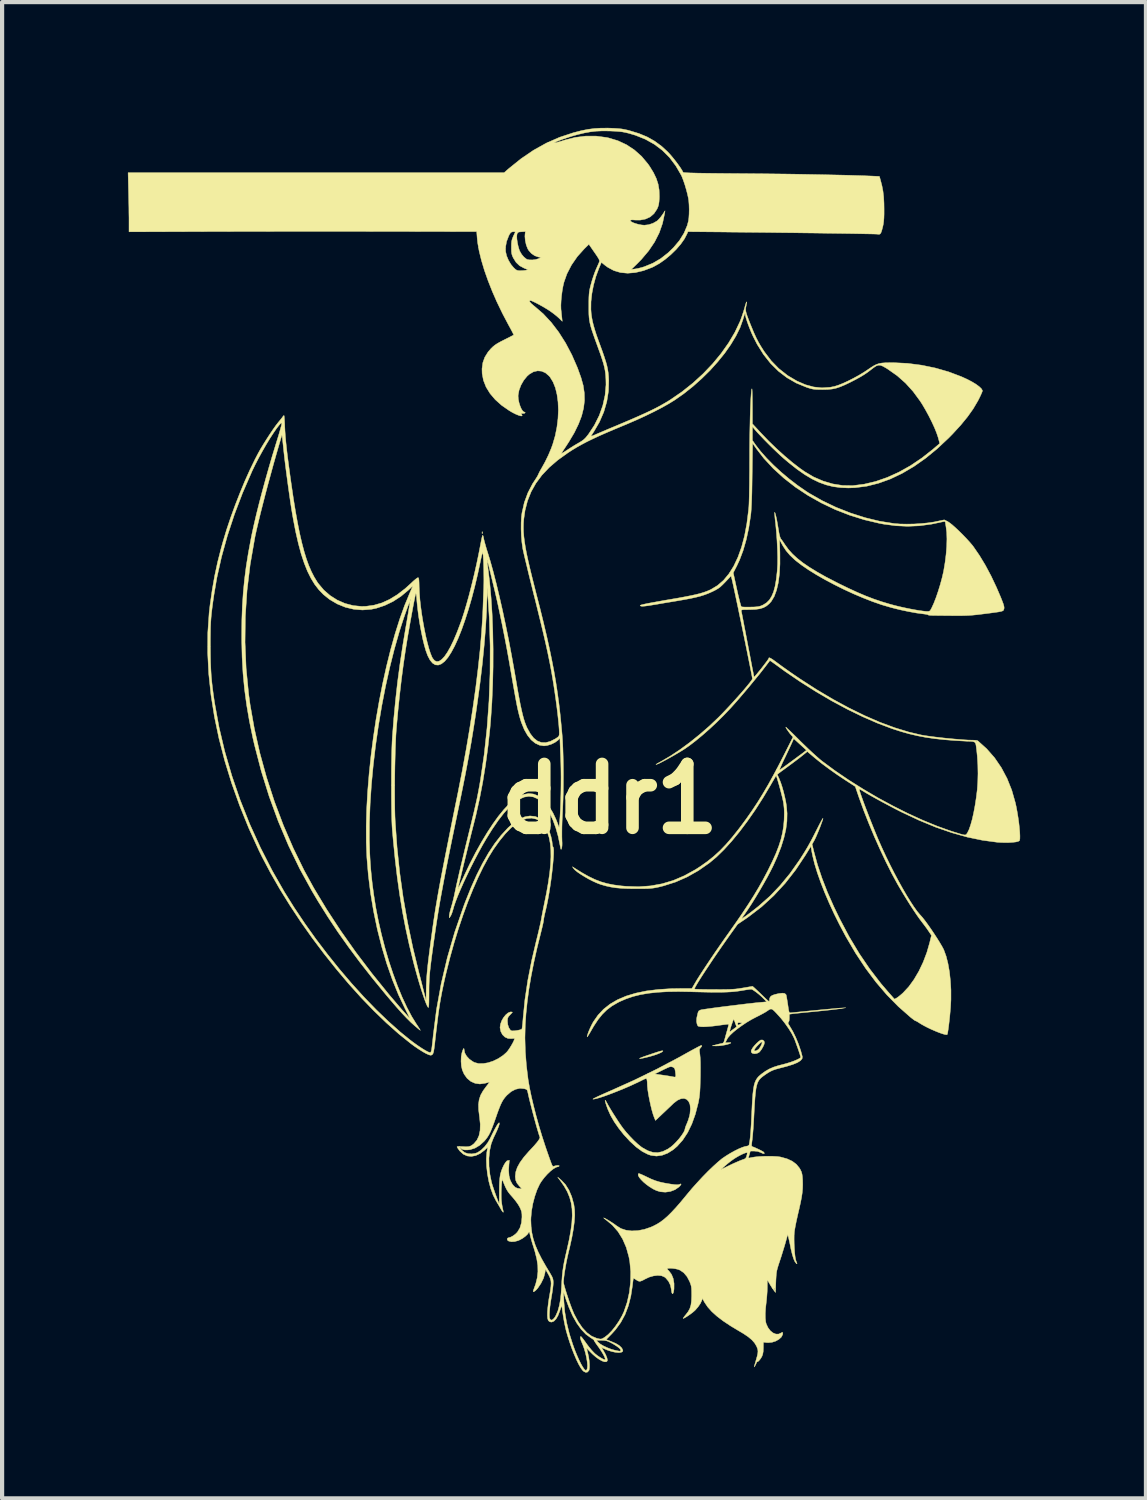
<source format=kicad_pcb>
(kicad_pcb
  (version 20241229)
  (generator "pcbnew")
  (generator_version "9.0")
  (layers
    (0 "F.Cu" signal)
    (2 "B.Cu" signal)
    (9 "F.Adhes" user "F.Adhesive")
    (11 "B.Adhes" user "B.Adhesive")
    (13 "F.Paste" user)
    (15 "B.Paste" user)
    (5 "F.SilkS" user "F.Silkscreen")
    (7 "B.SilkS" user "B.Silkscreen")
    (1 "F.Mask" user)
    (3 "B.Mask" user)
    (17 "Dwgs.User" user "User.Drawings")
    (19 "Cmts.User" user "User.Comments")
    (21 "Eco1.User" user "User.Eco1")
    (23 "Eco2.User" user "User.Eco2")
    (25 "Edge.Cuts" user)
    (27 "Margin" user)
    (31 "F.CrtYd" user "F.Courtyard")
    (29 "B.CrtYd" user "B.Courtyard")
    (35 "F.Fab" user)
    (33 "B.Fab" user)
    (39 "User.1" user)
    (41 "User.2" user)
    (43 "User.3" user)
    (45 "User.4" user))
  (footprint "ddr1"
    (layer "F.Cu")
    (at 11.491 16.004)
    (property "Reference" "ddr1" (at 0 0 0) (layer "F.SilkS") (effects (font (size 1.524 1.524) (thickness 0.3))))
    (attr through_hole)
    (fp_poly (pts (xy -3.037 -6.371) (xy -3.035 -6.336) (xy -3.037 -6.329) (xy -3.043 -6.327) (xy -3.045 -6.35) (xy -3.043 -6.374) (xy -3.037 -6.371)) (stroke (width 0.01) (type solid)) (fill yes) (layer "F.SilkS"))
    (fp_poly (pts (xy 1.267 6.008) (xy 1.27 6.013) (xy 1.254 6.031) (xy 1.212 6.055) (xy 1.147 6.082) (xy 1.067 6.111) (xy 0.976 6.138) (xy 0.908 6.156) (xy 0.811 6.179) (xy 0.746 6.191) (xy 0.713 6.194) (xy 0.713 6.188) (xy 0.746 6.172) (xy 0.811 6.147) (xy 0.889 6.12) (xy 1.012 6.078) (xy 1.106 6.047) (xy 1.175 6.025) (xy 1.223 6.012) (xy 1.252 6.007) (xy 1.267 6.008)) (stroke (width 0.01) (type solid)) (fill yes) (layer "F.SilkS"))
    (fp_poly (pts (xy 0.711 8.938) (xy 0.754 8.955) (xy 0.814 8.982) (xy 0.883 9.015) (xy 0.988 9.065) (xy 1.086 9.104) (xy 1.185 9.134) (xy 1.296 9.159) (xy 1.429 9.182) (xy 1.455 9.186) (xy 1.544 9.198) (xy 1.605 9.202) (xy 1.645 9.199) (xy 1.662 9.194) (xy 1.695 9.181) (xy 1.704 9.188) (xy 1.69 9.214) (xy 1.654 9.253) (xy 1.56 9.319) (xy 1.448 9.362) (xy 1.328 9.379) (xy 1.207 9.369) (xy 1.117 9.342) (xy 1.036 9.303) (xy 0.955 9.253) (xy 0.877 9.197) (xy 0.807 9.138) (xy 0.749 9.08) (xy 0.705 9.027) (xy 0.681 8.981) (xy 0.68 8.947) (xy 0.691 8.934) (xy 0.711 8.938)) (stroke (width 0.01) (type solid)) (fill yes) (layer "F.SilkS"))
    (fp_poly (pts (xy 3.65 5.75) (xy 3.682 5.777) (xy 3.691 5.811) (xy 3.682 5.855) (xy 3.656 5.912) (xy 3.622 5.972) (xy 3.584 6.022) (xy 3.563 6.044) (xy 3.513 6.069) (xy 3.457 6.078) (xy 3.409 6.069) (xy 3.387 6.054) (xy 3.374 6.028) (xy 3.38 5.996) (xy 3.446 5.996) (xy 3.449 6.009) (xy 3.469 6.011) (xy 3.504 6.001) (xy 3.543 5.978) (xy 3.57 5.949) (xy 3.597 5.906) (xy 3.621 5.859) (xy 3.635 5.819) (xy 3.635 5.797) (xy 3.634 5.796) (xy 3.618 5.801) (xy 3.587 5.825) (xy 3.548 5.861) (xy 3.509 5.901) (xy 3.477 5.94) (xy 3.461 5.963) (xy 3.446 5.996) (xy 3.38 5.996) (xy 3.381 5.993) (xy 3.388 5.975) (xy 3.413 5.933) (xy 3.455 5.881) (xy 3.505 5.828) (xy 3.555 5.783) (xy 3.596 5.754) (xy 3.607 5.749) (xy 3.65 5.75)) (stroke (width 0.01) (type solid)) (fill yes) (layer "F.SilkS"))
    (fp_poly (pts (xy 2.197 5.898) (xy 2.17 5.933) (xy 2.167 5.936) (xy 2.15 5.957) (xy 2.141 5.98) (xy 2.141 6.014) (xy 2.148 6.069) (xy 2.152 6.098) (xy 2.159 6.172) (xy 2.164 6.278) (xy 2.165 6.415) (xy 2.164 6.582) (xy 2.163 6.638) (xy 2.159 6.776) (xy 2.156 6.886) (xy 2.151 6.976) (xy 2.144 7.052) (xy 2.136 7.119) (xy 2.125 7.185) (xy 2.111 7.256) (xy 2.11 7.258) (xy 2.043 7.518) (xy 1.959 7.752) (xy 1.859 7.958) (xy 1.742 8.136) (xy 1.609 8.285) (xy 1.512 8.368) (xy 1.381 8.45) (xy 1.248 8.5) (xy 1.117 8.518) (xy 0.987 8.502) (xy 0.914 8.478) (xy 0.774 8.406) (xy 0.63 8.301) (xy 0.483 8.166) (xy 0.333 8.003) (xy 0.218 7.858) (xy 0.109 7.701) (xy 0.023 7.552) (xy -0.046 7.398) (xy -0.076 7.315) (xy -0.099 7.244) (xy -0.109 7.2) (xy -0.108 7.186) (xy -0.094 7.2) (xy -0.068 7.246) (xy -0.067 7.248) (xy -0.031 7.314) (xy 0.019 7.399) (xy 0.079 7.497) (xy 0.145 7.6) (xy 0.209 7.699) (xy 0.269 7.787) (xy 0.317 7.854) (xy 0.395 7.951) (xy 0.485 8.051) (xy 0.578 8.147) (xy 0.67 8.232) (xy 0.751 8.298) (xy 0.783 8.32) (xy 0.911 8.391) (xy 1.032 8.43) (xy 1.148 8.436) (xy 1.264 8.41) (xy 1.383 8.352) (xy 1.461 8.299) (xy 1.525 8.244) (xy 1.591 8.177) (xy 1.656 8.104) (xy 1.713 8.03) (xy 1.758 7.962) (xy 1.787 7.906) (xy 1.795 7.873) (xy 1.802 7.844) (xy 1.819 7.795) (xy 1.844 7.737) (xy 1.845 7.735) (xy 1.875 7.657) (xy 1.901 7.571) (xy 1.914 7.512) (xy 1.925 7.39) (xy 1.915 7.291) (xy 1.884 7.216) (xy 1.837 7.166) (xy 1.775 7.143) (xy 1.701 7.15) (xy 1.618 7.186) (xy 1.529 7.254) (xy 1.516 7.266) (xy 1.478 7.303) (xy 1.423 7.355) (xy 1.356 7.419) (xy 1.286 7.485) (xy 1.27 7.5) (xy 1.092 7.669) (xy 1.065 7.606) (xy 1.037 7.529) (xy 1.007 7.427) (xy 0.978 7.309) (xy 0.951 7.184) (xy 0.927 7.06) (xy 0.909 6.945) (xy 0.899 6.85) (xy 0.897 6.807) (xy 0.895 6.751) (xy 0.889 6.704) (xy 0.887 6.694) (xy 0.881 6.677) (xy 0.871 6.67) (xy 0.85 6.673) (xy 0.813 6.689) (xy 0.754 6.718) (xy 0.731 6.73) (xy 0.615 6.785) (xy 0.49 6.843) (xy 0.358 6.9) (xy 0.224 6.955) (xy 0.093 7.007) (xy -0.031 7.054) (xy -0.145 7.095) (xy -0.244 7.127) (xy -0.323 7.149) (xy -0.378 7.16) (xy -0.4 7.16) (xy -0.392 7.152) (xy -0.357 7.133) (xy -0.298 7.104) (xy -0.218 7.067) (xy -0.12 7.023) (xy -0.009 6.974) (xy 0.044 6.951) (xy 0.582 6.709) (xy 0.888 6.56) (xy 1.075 6.56) (xy 1.27 6.588) (xy 1.351 6.6) (xy 1.421 6.611) (xy 1.474 6.62) (xy 1.499 6.625) (xy 1.546 6.634) (xy 1.568 6.629) (xy 1.575 6.608) (xy 1.575 6.606) (xy 1.573 6.571) (xy 1.567 6.518) (xy 1.564 6.495) (xy 1.554 6.444) (xy 1.537 6.415) (xy 1.505 6.396) (xy 1.501 6.395) (xy 1.477 6.387) (xy 1.453 6.386) (xy 1.423 6.393) (xy 1.379 6.411) (xy 1.315 6.441) (xy 1.262 6.467) (xy 1.075 6.56) (xy 0.888 6.56) (xy 1.122 6.445) (xy 1.648 6.167) (xy 1.742 6.115) (xy 1.849 6.055) (xy 1.947 6.001) (xy 2.032 5.955) (xy 2.101 5.918) (xy 2.148 5.894) (xy 2.17 5.884) (xy 2.197 5.881) (xy 2.197 5.898)) (stroke (width 0.01) (type solid)) (fill yes) (layer "F.SilkS"))
    (fp_poly (pts (xy -0.000243 -15.998) (xy 0.115 -15.993) (xy 0.207 -15.987) (xy 0.284 -15.979) (xy 0.356 -15.966) (xy 0.434 -15.949) (xy 0.474 -15.938) (xy 0.697 -15.87) (xy 0.895 -15.788) (xy 1.072 -15.688) (xy 1.237 -15.567) (xy 1.381 -15.435) (xy 1.438 -15.374) (xy 1.501 -15.3) (xy 1.565 -15.22) (xy 1.627 -15.138) (xy 1.681 -15.062) (xy 1.722 -14.998) (xy 1.747 -14.952) (xy 1.749 -14.946) (xy 1.756 -14.942) (xy 1.774 -14.939) (xy 1.807 -14.936) (xy 1.854 -14.933) (xy 1.919 -14.93) (xy 2.003 -14.928) (xy 2.107 -14.925) (xy 2.233 -14.923) (xy 2.383 -14.921) (xy 2.559 -14.919) (xy 2.763 -14.917) (xy 2.996 -14.915) (xy 3.259 -14.913) (xy 3.471 -14.911) (xy 3.712 -14.909) (xy 3.963 -14.906) (xy 4.221 -14.903) (xy 4.483 -14.899) (xy 4.743 -14.894) (xy 4.999 -14.889) (xy 5.245 -14.884) (xy 5.478 -14.879) (xy 5.694 -14.874) (xy 5.889 -14.868) (xy 6.058 -14.863) (xy 6.198 -14.857) (xy 6.21 -14.857) (xy 6.433 -14.847) (xy 6.458 -14.76) (xy 6.493 -14.625) (xy 6.518 -14.495) (xy 6.534 -14.36) (xy 6.542 -14.21) (xy 6.544 -14.072) (xy 6.544 -13.95) (xy 6.541 -13.854) (xy 6.535 -13.778) (xy 6.527 -13.715) (xy 6.515 -13.656) (xy 6.513 -13.648) (xy 6.492 -13.567) (xy 6.474 -13.513) (xy 6.457 -13.482) (xy 6.437 -13.468) (xy 6.409 -13.466) (xy 6.387 -13.469) (xy 6.36 -13.471) (xy 6.301 -13.473) (xy 6.212 -13.475) (xy 6.095 -13.477) (xy 5.951 -13.48) (xy 5.783 -13.483) (xy 5.592 -13.486) (xy 5.381 -13.489) (xy 5.151 -13.492) (xy 4.903 -13.496) (xy 4.641 -13.499) (xy 4.366 -13.503) (xy 4.079 -13.506) (xy 3.783 -13.51) (xy 3.479 -13.513) (xy 3.17 -13.516) (xy 2.856 -13.519) (xy 2.741 -13.521) (xy 1.866 -13.529) (xy 1.844 -13.476) (xy 1.782 -13.356) (xy 1.693 -13.23) (xy 1.583 -13.103) (xy 1.458 -12.981) (xy 1.323 -12.868) (xy 1.184 -12.77) (xy 1.045 -12.693) (xy 1.01 -12.676) (xy 0.805 -12.599) (xy 0.611 -12.553) (xy 0.428 -12.538) (xy 0.257 -12.554) (xy 0.099 -12.601) (xy -0.046 -12.679) (xy -0.109 -12.725) (xy -0.197 -12.797) (xy -0.26 -12.647) (xy -0.33 -12.457) (xy -0.385 -12.257) (xy -0.424 -12.055) (xy -0.446 -11.859) (xy -0.448 -11.676) (xy -0.441 -11.578) (xy -0.428 -11.485) (xy -0.411 -11.395) (xy -0.388 -11.3) (xy -0.358 -11.196) (xy -0.32 -11.076) (xy -0.27 -10.935) (xy -0.227 -10.818) (xy -0.171 -10.664) (xy -0.127 -10.535) (xy -0.092 -10.426) (xy -0.066 -10.332) (xy -0.048 -10.246) (xy -0.035 -10.163) (xy -0.027 -10.078) (xy -0.022 -9.984) (xy -0.022 -9.982) (xy -0.029 -9.728) (xy -0.069 -9.476) (xy -0.141 -9.228) (xy -0.245 -8.988) (xy -0.371 -8.771) (xy -0.404 -8.72) (xy -0.432 -8.678) (xy -0.445 -8.657) (xy -0.439 -8.652) (xy -0.408 -8.661) (xy -0.361 -8.68) (xy -0.317 -8.7) (xy -0.248 -8.729) (xy -0.159 -8.767) (xy -0.056 -8.811) (xy 0.054 -8.857) (xy 0.119 -8.884) (xy 0.339 -8.977) (xy 0.532 -9.059) (xy 0.7 -9.133) (xy 0.847 -9.199) (xy 0.977 -9.26) (xy 1.092 -9.317) (xy 1.196 -9.372) (xy 1.293 -9.427) (xy 1.387 -9.482) (xy 1.452 -9.523) (xy 1.725 -9.711) (xy 1.985 -9.918) (xy 2.229 -10.141) (xy 2.454 -10.377) (xy 2.657 -10.623) (xy 2.836 -10.876) (xy 2.987 -11.131) (xy 3.108 -11.387) (xy 3.122 -11.422) (xy 3.155 -11.513) (xy 3.19 -11.617) (xy 3.219 -11.716) (xy 3.224 -11.735) (xy 3.245 -11.807) (xy 3.259 -11.847) (xy 3.267 -11.855) (xy 3.267 -11.831) (xy 3.258 -11.775) (xy 3.25 -11.737) (xy 3.244 -11.703) (xy 3.243 -11.669) (xy 3.247 -11.63) (xy 3.258 -11.583) (xy 3.278 -11.522) (xy 3.307 -11.444) (xy 3.347 -11.342) (xy 3.394 -11.227) (xy 3.448 -11.098) (xy 3.497 -10.992) (xy 3.546 -10.897) (xy 3.6 -10.804) (xy 3.665 -10.701) (xy 3.694 -10.658) (xy 3.852 -10.45) (xy 4.032 -10.265) (xy 4.231 -10.108) (xy 4.26 -10.088) (xy 4.465 -9.967) (xy 4.667 -9.879) (xy 4.866 -9.825) (xy 5.062 -9.804) (xy 5.255 -9.817) (xy 5.361 -9.838) (xy 5.452 -9.867) (xy 5.563 -9.911) (xy 5.687 -9.968) (xy 5.817 -10.034) (xy 5.946 -10.105) (xy 6.067 -10.178) (xy 6.148 -10.232) (xy 6.232 -10.289) (xy 6.301 -10.332) (xy 6.363 -10.363) (xy 6.425 -10.384) (xy 6.494 -10.396) (xy 6.578 -10.402) (xy 6.683 -10.404) (xy 6.773 -10.404) (xy 7.104 -10.388) (xy 7.437 -10.345) (xy 7.767 -10.277) (xy 8.086 -10.185) (xy 8.388 -10.071) (xy 8.526 -10.008) (xy 8.639 -9.949) (xy 8.735 -9.891) (xy 8.811 -9.835) (xy 8.863 -9.786) (xy 8.888 -9.745) (xy 8.89 -9.733) (xy 8.882 -9.707) (xy 8.861 -9.657) (xy 8.83 -9.59) (xy 8.791 -9.512) (xy 8.777 -9.486) (xy 8.669 -9.303) (xy 8.534 -9.113) (xy 8.372 -8.915) (xy 8.18 -8.706) (xy 8.086 -8.61) (xy 7.812 -8.353) (xy 7.535 -8.126) (xy 7.255 -7.929) (xy 6.974 -7.764) (xy 6.693 -7.63) (xy 6.412 -7.529) (xy 6.133 -7.459) (xy 5.856 -7.423) (xy 5.692 -7.417) (xy 5.507 -7.425) (xy 5.331 -7.448) (xy 5.161 -7.49) (xy 4.993 -7.551) (xy 4.823 -7.633) (xy 4.649 -7.737) (xy 4.465 -7.866) (xy 4.269 -8.021) (xy 4.144 -8.127) (xy 4.07 -8.193) (xy 3.982 -8.276) (xy 3.886 -8.368) (xy 3.787 -8.466) (xy 3.69 -8.564) (xy 3.602 -8.656) (xy 3.526 -8.736) (xy 3.47 -8.799) (xy 3.466 -8.804) (xy 3.404 -8.879) (xy 3.404 -8.553) (xy 3.478 -8.446) (xy 3.598 -8.291) (xy 3.744 -8.126) (xy 3.91 -7.958) (xy 4.093 -7.79) (xy 4.286 -7.628) (xy 4.484 -7.476) (xy 4.683 -7.338) (xy 4.758 -7.29) (xy 5.072 -7.111) (xy 5.403 -6.953) (xy 5.746 -6.818) (xy 6.093 -6.707) (xy 6.439 -6.623) (xy 6.779 -6.569) (xy 6.78 -6.568) (xy 6.924 -6.557) (xy 7.088 -6.554) (xy 7.264 -6.557) (xy 7.439 -6.568) (xy 7.604 -6.585) (xy 7.748 -6.607) (xy 7.77 -6.612) (xy 7.98 -6.656) (xy 8.058 -6.618) (xy 8.104 -6.588) (xy 8.168 -6.538) (xy 8.244 -6.471) (xy 8.327 -6.393) (xy 8.414 -6.307) (xy 8.499 -6.219) (xy 8.577 -6.134) (xy 8.644 -6.056) (xy 8.677 -6.013) (xy 8.818 -5.808) (xy 8.959 -5.575) (xy 9.096 -5.318) (xy 9.226 -5.043) (xy 9.324 -4.815) (xy 9.361 -4.721) (xy 9.387 -4.652) (xy 9.401 -4.603) (xy 9.407 -4.568) (xy 9.406 -4.541) (xy 9.403 -4.531) (xy 9.398 -4.514) (xy 9.392 -4.5) (xy 9.38 -4.489) (xy 9.359 -4.479) (xy 9.325 -4.47) (xy 9.274 -4.46) (xy 9.204 -4.45) (xy 9.11 -4.437) (xy 8.988 -4.421) (xy 8.898 -4.41) (xy 8.769 -4.394) (xy 8.658 -4.383) (xy 8.556 -4.376) (xy 8.451 -4.372) (xy 8.334 -4.37) (xy 8.193 -4.371) (xy 8.187 -4.371) (xy 8.07 -4.372) (xy 7.957 -4.373) (xy 7.855 -4.374) (xy 7.771 -4.375) (xy 7.712 -4.376) (xy 7.702 -4.376) (xy 7.646 -4.378) (xy 7.608 -4.382) (xy 7.596 -4.388) (xy 7.596 -4.388) (xy 7.584 -4.395) (xy 7.546 -4.403) (xy 7.491 -4.411) (xy 7.489 -4.411) (xy 7.317 -4.434) (xy 7.125 -4.469) (xy 6.922 -4.512) (xy 6.719 -4.563) (xy 6.527 -4.619) (xy 6.484 -4.632) (xy 6.268 -4.707) (xy 6.043 -4.795) (xy 5.812 -4.893) (xy 5.581 -5) (xy 5.354 -5.113) (xy 5.136 -5.229) (xy 4.931 -5.346) (xy 4.744 -5.462) (xy 4.579 -5.575) (xy 4.441 -5.681) (xy 4.406 -5.711) (xy 4.297 -5.815) (xy 4.209 -5.918) (xy 4.136 -6.029) (xy 4.107 -6.08) (xy 4.05 -6.186) (xy 4.06 -5.874) (xy 4.061 -5.605) (xy 4.048 -5.365) (xy 4.021 -5.156) (xy 3.979 -4.977) (xy 3.924 -4.829) (xy 3.854 -4.711) (xy 3.808 -4.659) (xy 3.742 -4.603) (xy 3.669 -4.562) (xy 3.582 -4.535) (xy 3.476 -4.52) (xy 3.343 -4.515) (xy 3.339 -4.515) (xy 3.252 -4.514) (xy 3.194 -4.513) (xy 3.159 -4.509) (xy 3.142 -4.502) (xy 3.137 -4.492) (xy 3.139 -4.479) (xy 3.144 -4.456) (xy 3.155 -4.403) (xy 3.17 -4.324) (xy 3.19 -4.221) (xy 3.213 -4.1) (xy 3.24 -3.963) (xy 3.268 -3.813) (xy 3.293 -3.683) (xy 3.323 -3.527) (xy 3.351 -3.381) (xy 3.376 -3.248) (xy 3.398 -3.133) (xy 3.417 -3.038) (xy 3.431 -2.966) (xy 3.439 -2.922) (xy 3.442 -2.908) (xy 3.453 -2.915) (xy 3.481 -2.945) (xy 3.52 -2.991) (xy 3.567 -3.049) (xy 3.619 -3.113) (xy 3.67 -3.179) (xy 3.717 -3.241) (xy 3.756 -3.293) (xy 3.783 -3.332) (xy 3.793 -3.351) (xy 3.793 -3.352) (xy 3.798 -3.365) (xy 3.813 -3.366) (xy 3.843 -3.352) (xy 3.891 -3.322) (xy 3.959 -3.273) (xy 4.028 -3.222) (xy 4.105 -3.165) (xy 4.202 -3.096) (xy 4.311 -3.019) (xy 4.423 -2.942) (xy 4.531 -2.869) (xy 4.536 -2.865) (xy 4.933 -2.609) (xy 5.324 -2.377) (xy 5.708 -2.169) (xy 6.082 -1.986) (xy 6.446 -1.828) (xy 6.797 -1.698) (xy 7.134 -1.595) (xy 7.425 -1.526) (xy 7.511 -1.511) (xy 7.622 -1.495) (xy 7.753 -1.478) (xy 7.896 -1.461) (xy 8.045 -1.445) (xy 8.194 -1.431) (xy 8.335 -1.419) (xy 8.462 -1.409) (xy 8.568 -1.403) (xy 8.643 -1.402) (xy 8.704 -1.4) (xy 8.753 -1.395) (xy 8.778 -1.387) (xy 8.991 -1.196) (xy 9.179 -0.982) (xy 9.341 -0.745) (xy 9.478 -0.487) (xy 9.59 -0.206) (xy 9.676 0.096) (xy 9.695 0.183) (xy 9.719 0.31) (xy 9.74 0.439) (xy 9.758 0.566) (xy 9.771 0.685) (xy 9.78 0.793) (xy 9.784 0.883) (xy 9.783 0.95) (xy 9.776 0.991) (xy 9.773 0.995) (xy 9.746 1.012) (xy 9.691 1.026) (xy 9.613 1.035) (xy 9.52 1.041) (xy 9.417 1.042) (xy 9.31 1.038) (xy 9.246 1.034) (xy 8.895 0.987) (xy 8.533 0.912) (xy 8.161 0.807) (xy 7.776 0.674) (xy 7.379 0.51) (xy 6.967 0.317) (xy 6.941 0.304) (xy 6.807 0.236) (xy 6.663 0.16) (xy 6.516 0.082) (xy 6.373 0.004) (xy 6.242 -0.069) (xy 6.129 -0.134) (xy 6.066 -0.172) (xy 6.014 -0.204) (xy 5.973 -0.227) (xy 5.953 -0.237) (xy 5.952 -0.237) (xy 5.953 -0.222) (xy 5.964 -0.179) (xy 5.986 -0.112) (xy 6.017 -0.024) (xy 6.055 0.081) (xy 6.099 0.199) (xy 6.149 0.328) (xy 6.201 0.463) (xy 6.256 0.602) (xy 6.311 0.739) (xy 6.366 0.873) (xy 6.412 0.982) (xy 6.497 1.174) (xy 6.588 1.37) (xy 6.684 1.566) (xy 6.783 1.761) (xy 6.883 1.949) (xy 6.982 2.128) (xy 7.078 2.294) (xy 7.17 2.443) (xy 7.255 2.573) (xy 7.331 2.679) (xy 7.397 2.758) (xy 7.413 2.775) (xy 7.459 2.827) (xy 7.519 2.903) (xy 7.587 2.996) (xy 7.661 3.101) (xy 7.735 3.211) (xy 7.806 3.32) (xy 7.871 3.424) (xy 7.924 3.514) (xy 7.963 3.587) (xy 7.97 3.603) (xy 8.024 3.751) (xy 8.068 3.926) (xy 8.103 4.123) (xy 8.126 4.336) (xy 8.139 4.559) (xy 8.139 4.788) (xy 8.129 4.978) (xy 8.12 5.082) (xy 8.11 5.192) (xy 8.098 5.302) (xy 8.086 5.405) (xy 8.074 5.495) (xy 8.063 5.566) (xy 8.054 5.611) (xy 8.052 5.617) (xy 8.033 5.624) (xy 7.989 5.617) (xy 7.926 5.598) (xy 7.847 5.57) (xy 7.759 5.534) (xy 7.667 5.494) (xy 7.575 5.45) (xy 7.489 5.405) (xy 7.414 5.362) (xy 7.388 5.345) (xy 7.342 5.316) (xy 7.308 5.297) (xy 7.294 5.293) (xy 7.279 5.286) (xy 7.244 5.261) (xy 7.196 5.224) (xy 7.169 5.202) (xy 6.885 4.952) (xy 6.613 4.676) (xy 6.353 4.372) (xy 6.104 4.04) (xy 5.864 3.677) (xy 5.633 3.284) (xy 5.485 3.006) (xy 5.355 2.745) (xy 5.236 2.487) (xy 5.128 2.234) (xy 5.033 1.991) (xy 4.952 1.761) (xy 4.887 1.549) (xy 4.84 1.358) (xy 4.821 1.263) (xy 4.799 1.129) (xy 4.667 1.344) (xy 4.435 1.693) (xy 4.184 2.014) (xy 3.913 2.307) (xy 3.624 2.572) (xy 3.315 2.809) (xy 3.251 2.854) (xy 3.05 2.99) (xy 2.868 3.243) (xy 2.769 3.383) (xy 2.669 3.526) (xy 2.57 3.67) (xy 2.473 3.811) (xy 2.382 3.948) (xy 2.296 4.077) (xy 2.219 4.195) (xy 2.152 4.3) (xy 2.097 4.389) (xy 2.056 4.459) (xy 2.03 4.507) (xy 2.021 4.532) (xy 2.022 4.534) (xy 2.041 4.537) (xy 2.089 4.539) (xy 2.163 4.542) (xy 2.257 4.543) (xy 2.366 4.545) (xy 2.488 4.545) (xy 2.494 4.545) (xy 2.638 4.546) (xy 2.755 4.545) (xy 2.85 4.543) (xy 2.929 4.539) (xy 2.999 4.534) (xy 3.066 4.526) (xy 3.135 4.515) (xy 3.181 4.508) (xy 3.408 4.469) (xy 3.452 4.507) (xy 3.481 4.534) (xy 3.528 4.578) (xy 3.587 4.634) (xy 3.65 4.695) (xy 3.653 4.698) (xy 3.717 4.76) (xy 3.761 4.8) (xy 3.788 4.822) (xy 3.803 4.827) (xy 3.809 4.819) (xy 3.81 4.803) (xy 3.815 4.753) (xy 3.835 4.716) (xy 3.872 4.688) (xy 3.934 4.665) (xy 4.023 4.644) (xy 4.04 4.641) (xy 4.12 4.632) (xy 4.173 4.639) (xy 4.204 4.665) (xy 4.21 4.679) (xy 4.216 4.709) (xy 4.226 4.765) (xy 4.238 4.837) (xy 4.249 4.91) (xy 4.261 4.993) (xy 4.27 5.048) (xy 4.279 5.081) (xy 4.29 5.097) (xy 4.304 5.102) (xy 4.318 5.101) (xy 4.454 5.087) (xy 4.599 5.073) (xy 4.748 5.058) (xy 4.896 5.044) (xy 5.039 5.03) (xy 5.171 5.018) (xy 5.288 5.007) (xy 5.385 4.998) (xy 5.457 4.992) (xy 5.495 4.989) (xy 5.63 4.981) (xy 5.486 5.004) (xy 5.43 5.012) (xy 5.347 5.022) (xy 5.242 5.034) (xy 5.122 5.047) (xy 4.994 5.06) (xy 4.877 5.072) (xy 4.751 5.084) (xy 4.634 5.095) (xy 4.53 5.106) (xy 4.444 5.115) (xy 4.382 5.121) (xy 4.348 5.126) (xy 4.348 5.126) (xy 4.284 5.135) (xy 4.284 5.227) (xy 4.28 5.29) (xy 4.267 5.323) (xy 4.261 5.327) (xy 4.252 5.339) (xy 4.261 5.367) (xy 4.29 5.414) (xy 4.296 5.424) (xy 4.367 5.544) (xy 4.437 5.687) (xy 4.502 5.845) (xy 4.557 6.007) (xy 4.595 6.148) (xy 4.589 6.196) (xy 4.55 6.242) (xy 4.477 6.288) (xy 4.37 6.332) (xy 4.229 6.376) (xy 4.149 6.397) (xy 4.041 6.425) (xy 3.958 6.448) (xy 3.892 6.471) (xy 3.836 6.497) (xy 3.782 6.528) (xy 3.721 6.568) (xy 3.697 6.585) (xy 3.649 6.62) (xy 3.609 6.653) (xy 3.575 6.688) (xy 3.547 6.729) (xy 3.524 6.777) (xy 3.506 6.837) (xy 3.49 6.911) (xy 3.478 7.003) (xy 3.467 7.116) (xy 3.457 7.253) (xy 3.448 7.417) (xy 3.438 7.612) (xy 3.437 7.628) (xy 3.43 7.748) (xy 3.423 7.866) (xy 3.414 7.974) (xy 3.406 8.065) (xy 3.399 8.132) (xy 3.397 8.142) (xy 3.388 8.212) (xy 3.384 8.255) (xy 3.387 8.279) (xy 3.397 8.29) (xy 3.403 8.293) (xy 3.452 8.311) (xy 3.511 8.338) (xy 3.573 8.367) (xy 3.628 8.396) (xy 3.666 8.418) (xy 3.677 8.427) (xy 3.69 8.453) (xy 3.678 8.462) (xy 3.645 8.454) (xy 3.609 8.436) (xy 3.531 8.407) (xy 3.449 8.399) (xy 3.355 8.399) (xy 3.331 8.479) (xy 3.318 8.527) (xy 3.311 8.558) (xy 3.311 8.565) (xy 3.328 8.564) (xy 3.367 8.556) (xy 3.389 8.551) (xy 3.463 8.539) (xy 3.561 8.529) (xy 3.673 8.524) (xy 3.791 8.522) (xy 3.904 8.524) (xy 4.002 8.53) (xy 4.077 8.54) (xy 4.078 8.541) (xy 4.23 8.583) (xy 4.353 8.64) (xy 4.451 8.713) (xy 4.526 8.804) (xy 4.551 8.848) (xy 4.573 8.896) (xy 4.587 8.946) (xy 4.596 9.009) (xy 4.602 9.093) (xy 4.602 9.103) (xy 4.604 9.2) (xy 4.601 9.294) (xy 4.592 9.394) (xy 4.576 9.503) (xy 4.551 9.63) (xy 4.518 9.779) (xy 4.496 9.872) (xy 4.471 9.983) (xy 4.447 10.092) (xy 4.427 10.193) (xy 4.412 10.277) (xy 4.405 10.327) (xy 4.399 10.408) (xy 4.398 10.505) (xy 4.4 10.612) (xy 4.405 10.72) (xy 4.412 10.823) (xy 4.422 10.913) (xy 4.434 10.982) (xy 4.444 11.016) (xy 4.463 11.064) (xy 4.469 11.086) (xy 4.46 11.086) (xy 4.447 11.076) (xy 4.417 11.036) (xy 4.386 10.966) (xy 4.356 10.87) (xy 4.327 10.753) (xy 4.318 10.71) (xy 4.302 10.627) (xy 4.285 10.549) (xy 4.271 10.486) (xy 4.264 10.456) (xy 4.246 10.389) (xy 4.192 10.583) (xy 4.165 10.675) (xy 4.131 10.785) (xy 4.095 10.902) (xy 4.059 11.011) (xy 4.055 11.024) (xy 4.023 11.12) (xy 4.001 11.194) (xy 3.985 11.256) (xy 3.976 11.316) (xy 3.97 11.384) (xy 3.965 11.47) (xy 3.963 11.52) (xy 3.954 11.772) (xy 3.912 11.715) (xy 3.881 11.672) (xy 3.914 11.672) (xy 3.918 11.681) (xy 3.936 11.7) (xy 3.945 11.696) (xy 3.945 11.693) (xy 3.933 11.679) (xy 3.926 11.674) (xy 3.914 11.672) (xy 3.881 11.672) (xy 3.879 11.669) (xy 3.841 11.609) (xy 3.815 11.566) (xy 3.76 11.472) (xy 3.759 11.65) (xy 3.756 11.751) (xy 3.748 11.866) (xy 3.738 11.974) (xy 3.734 12.006) (xy 3.719 12.143) (xy 3.711 12.271) (xy 3.712 12.382) (xy 3.721 12.47) (xy 3.733 12.519) (xy 3.776 12.611) (xy 3.832 12.685) (xy 3.896 12.736) (xy 3.963 12.763) (xy 4.029 12.763) (xy 4.078 12.741) (xy 4.114 12.722) (xy 4.129 12.732) (xy 4.126 12.769) (xy 4.125 12.774) (xy 4.094 12.835) (xy 4.036 12.888) (xy 3.96 12.931) (xy 3.873 12.959) (xy 3.781 12.968) (xy 3.744 12.966) (xy 3.666 12.957) (xy 3.665 13.095) (xy 3.661 13.181) (xy 3.65 13.244) (xy 3.631 13.296) (xy 3.628 13.301) (xy 3.603 13.344) (xy 3.573 13.383) (xy 3.546 13.412) (xy 3.527 13.424) (xy 3.522 13.418) (xy 3.515 13.423) (xy 3.5 13.451) (xy 3.489 13.475) (xy 3.468 13.517) (xy 3.453 13.543) (xy 3.449 13.547) (xy 3.451 13.532) (xy 3.46 13.491) (xy 3.477 13.432) (xy 3.491 13.384) (xy 3.517 13.292) (xy 3.532 13.225) (xy 3.536 13.172) (xy 3.53 13.126) (xy 3.513 13.079) (xy 3.499 13.047) (xy 3.455 12.974) (xy 3.391 12.902) (xy 3.304 12.829) (xy 3.19 12.752) (xy 3.09 12.693) (xy 2.882 12.568) (xy 2.705 12.45) (xy 2.557 12.337) (xy 2.435 12.227) (xy 2.338 12.118) (xy 2.263 12.008) (xy 2.243 11.972) (xy 2.213 11.913) (xy 2.196 11.963) (xy 2.163 12.034) (xy 2.11 12.112) (xy 2.044 12.189) (xy 2.021 12.211) (xy 1.981 12.245) (xy 1.93 12.284) (xy 1.874 12.323) (xy 1.822 12.357) (xy 1.779 12.381) (xy 1.754 12.391) (xy 1.751 12.391) (xy 1.758 12.376) (xy 1.782 12.342) (xy 1.818 12.298) (xy 1.819 12.297) (xy 1.873 12.226) (xy 1.912 12.153) (xy 1.937 12.073) (xy 1.95 11.976) (xy 1.955 11.856) (xy 1.955 11.828) (xy 1.954 11.738) (xy 1.951 11.671) (xy 1.944 11.62) (xy 1.931 11.574) (xy 1.912 11.524) (xy 1.907 11.511) (xy 1.844 11.392) (xy 1.767 11.301) (xy 1.677 11.239) (xy 1.627 11.22) (xy 1.567 11.206) (xy 1.504 11.197) (xy 1.444 11.193) (xy 1.398 11.195) (xy 1.374 11.203) (xy 1.372 11.207) (xy 1.383 11.227) (xy 1.411 11.257) (xy 1.416 11.262) (xy 1.474 11.339) (xy 1.515 11.439) (xy 1.535 11.557) (xy 1.534 11.686) (xy 1.533 11.696) (xy 1.522 11.764) (xy 1.507 11.799) (xy 1.493 11.802) (xy 1.48 11.772) (xy 1.47 11.708) (xy 1.47 11.702) (xy 1.449 11.599) (xy 1.403 11.504) (xy 1.338 11.427) (xy 1.305 11.401) (xy 1.235 11.372) (xy 1.146 11.364) (xy 1.045 11.376) (xy 0.94 11.406) (xy 0.845 11.451) (xy 0.78 11.486) (xy 0.733 11.503) (xy 0.696 11.503) (xy 0.658 11.486) (xy 0.636 11.472) (xy 0.597 11.447) (xy 0.571 11.434) (xy 0.567 11.433) (xy 0.563 11.451) (xy 0.556 11.495) (xy 0.548 11.558) (xy 0.543 11.606) (xy 0.504 11.861) (xy 0.445 12.091) (xy 0.366 12.298) (xy 0.265 12.485) (xy 0.14 12.657) (xy 0.048 12.759) (xy -0.084 12.894) (xy 0.036 12.94) (xy 0.145 12.987) (xy 0.224 13.034) (xy 0.278 13.084) (xy 0.296 13.111) (xy 0.314 13.149) (xy 0.31 13.175) (xy 0.304 13.183) (xy 0.269 13.201) (xy 0.21 13.206) (xy 0.134 13.198) (xy 0.048 13.179) (xy -0.043 13.15) (xy -0.117 13.119) (xy -0.196 13.081) (xy -0.141 13.172) (xy -0.094 13.258) (xy -0.065 13.33) (xy -0.054 13.383) (xy -0.057 13.403) (xy -0.081 13.425) (xy -0.124 13.425) (xy -0.183 13.404) (xy -0.252 13.366) (xy -0.328 13.312) (xy -0.406 13.244) (xy -0.433 13.218) (xy -0.552 13.098) (xy -0.523 13.21) (xy -0.502 13.305) (xy -0.488 13.401) (xy -0.481 13.491) (xy -0.482 13.567) (xy -0.49 13.62) (xy -0.495 13.631) (xy -0.529 13.67) (xy -0.572 13.677) (xy -0.621 13.653) (xy -0.645 13.63) (xy -0.689 13.571) (xy -0.739 13.484) (xy -0.793 13.374) (xy -0.848 13.246) (xy -0.903 13.106) (xy -0.955 12.957) (xy -1.003 12.806) (xy -1.041 12.673) (xy -1.063 12.576) (xy -1.087 12.459) (xy -1.108 12.336) (xy -1.126 12.219) (xy -1.138 12.12) (xy -1.138 12.116) (xy -1.142 12.098) (xy -1.151 12.104) (xy -1.164 12.136) (xy -1.185 12.197) (xy -1.19 12.212) (xy -1.232 12.322) (xy -1.279 12.403) (xy -1.33 12.456) (xy -1.382 12.477) (xy -1.4 12.477) (xy -1.439 12.465) (xy -1.466 12.437) (xy -1.481 12.388) (xy -1.486 12.314) (xy -1.484 12.226) (xy -1.477 12.142) (xy -1.465 12.039) (xy -1.45 11.931) (xy -1.436 11.853) (xy -1.415 11.73) (xy -1.402 11.634) (xy -1.397 11.557) (xy -1.402 11.493) (xy -1.417 11.437) (xy -1.441 11.38) (xy -1.464 11.337) (xy -1.531 11.218) (xy -1.545 11.309) (xy -1.577 11.428) (xy -1.639 11.554) (xy -1.712 11.663) (xy -1.751 11.708) (xy -1.786 11.739) (xy -1.812 11.754) (xy -1.825 11.749) (xy -1.82 11.722) (xy -1.82 11.722) (xy -1.764 11.567) (xy -1.728 11.42) (xy -1.712 11.276) (xy -1.715 11.129) (xy -1.739 10.971) (xy -1.783 10.796) (xy -1.819 10.679) (xy -1.846 10.594) (xy -1.87 10.509) (xy -1.89 10.436) (xy -1.897 10.405) (xy -1.909 10.352) (xy -1.919 10.328) (xy -1.927 10.331) (xy -1.931 10.339) (xy -1.959 10.382) (xy -2.011 10.431) (xy -2.076 10.479) (xy -2.147 10.518) (xy -2.183 10.534) (xy -2.268 10.557) (xy -2.345 10.561) (xy -2.408 10.546) (xy -2.43 10.533) (xy -2.445 10.505) (xy -2.437 10.477) (xy -2.411 10.465) (xy -2.365 10.453) (xy -2.308 10.423) (xy -2.251 10.382) (xy -2.204 10.335) (xy -2.203 10.335) (xy -2.141 10.233) (xy -2.104 10.108) (xy -2.092 9.973) (xy -2.094 9.898) (xy -2.103 9.841) (xy -2.123 9.785) (xy -2.146 9.736) (xy -2.183 9.672) (xy -2.237 9.596) (xy -2.299 9.519) (xy -2.324 9.49) (xy -2.378 9.429) (xy -2.42 9.375) (xy -2.455 9.32) (xy -2.488 9.255) (xy -2.523 9.172) (xy -2.557 9.085) (xy -2.563 9.083) (xy -2.57 9.11) (xy -2.575 9.159) (xy -2.58 9.224) (xy -2.584 9.299) (xy -2.587 9.378) (xy -2.587 9.456) (xy -2.586 9.526) (xy -2.583 9.575) (xy -2.574 9.652) (xy -2.561 9.73) (xy -2.549 9.787) (xy -2.537 9.839) (xy -2.538 9.859) (xy -2.552 9.849) (xy -2.58 9.808) (xy -2.604 9.766) (xy -2.641 9.701) (xy -2.685 9.627) (xy -2.713 9.58) (xy -2.779 9.451) (xy -2.836 9.296) (xy -2.882 9.125) (xy -2.916 8.944) (xy -2.936 8.763) (xy -2.942 8.589) (xy -2.931 8.431) (xy -2.918 8.357) (xy -2.907 8.306) (xy -2.984 8.377) (xy -3.09 8.457) (xy -3.197 8.507) (xy -3.301 8.526) (xy -3.4 8.515) (xy -3.492 8.473) (xy -3.572 8.4) (xy -3.586 8.383) (xy -3.617 8.34) (xy -3.637 8.307) (xy -3.641 8.296) (xy -3.625 8.29) (xy -3.603 8.289) (xy -3.597 8.289) (xy -3.554 8.347) (xy -3.511 8.393) (xy -3.461 8.431) (xy -3.454 8.436) (xy -3.378 8.46) (xy -3.288 8.466) (xy -3.2 8.452) (xy -3.15 8.433) (xy -3.065 8.375) (xy -2.981 8.293) (xy -2.906 8.195) (xy -2.856 8.107) (xy -2.793 7.978) (xy -2.739 7.874) (xy -2.695 7.796) (xy -2.662 7.746) (xy -2.64 7.724) (xy -2.632 7.727) (xy -2.633 7.76) (xy -2.652 7.819) (xy -2.686 7.903) (xy -2.735 8.009) (xy -2.769 8.079) (xy -2.825 8.221) (xy -2.862 8.386) (xy -2.88 8.568) (xy -2.878 8.761) (xy -2.856 8.958) (xy -2.82 9.134) (xy -2.806 9.185) (xy -2.785 9.251) (xy -2.759 9.328) (xy -2.731 9.409) (xy -2.702 9.488) (xy -2.676 9.558) (xy -2.654 9.612) (xy -2.64 9.645) (xy -2.635 9.652) (xy -2.634 9.636) (xy -2.634 9.592) (xy -2.633 9.524) (xy -2.633 9.439) (xy -2.633 9.36) (xy -2.632 9.231) (xy -2.628 9.129) (xy -2.621 9.046) (xy -2.611 8.977) (xy -2.603 8.939) (xy -2.582 8.867) (xy -2.553 8.795) (xy -2.52 8.727) (xy -2.486 8.673) (xy -2.455 8.636) (xy -2.431 8.625) (xy -2.429 8.626) (xy -2.404 8.622) (xy -2.398 8.614) (xy -2.395 8.619) (xy -2.396 8.65) (xy -2.4 8.702) (xy -2.401 8.704) (xy -2.41 8.859) (xy -2.4 8.988) (xy -2.372 9.096) (xy -2.324 9.186) (xy -2.298 9.219) (xy -2.253 9.263) (xy -2.206 9.284) (xy -2.167 9.291) (xy -2.091 9.301) (xy -2.154 9.235) (xy -2.211 9.164) (xy -2.242 9.094) (xy -2.252 9.011) (xy -2.252 9) (xy -2.24 8.896) (xy -2.203 8.787) (xy -2.139 8.671) (xy -2.047 8.544) (xy -1.927 8.406) (xy -1.895 8.372) (xy -1.8 8.27) (xy -1.731 8.189) (xy -1.686 8.127) (xy -1.665 8.085) (xy -1.666 8.063) (xy -1.677 8.036) (xy -1.694 7.982) (xy -1.717 7.905) (xy -1.745 7.81) (xy -1.775 7.702) (xy -1.806 7.586) (xy -1.838 7.468) (xy -1.868 7.351) (xy -1.896 7.242) (xy -1.92 7.145) (xy -1.938 7.065) (xy -1.947 7.025) (xy -1.959 6.971) (xy -1.972 6.94) (xy -1.995 6.924) (xy -2.036 6.912) (xy -2.04 6.911) (xy -2.142 6.902) (xy -2.246 6.926) (xy -2.349 6.979) (xy -2.447 7.063) (xy -2.458 7.074) (xy -2.5 7.122) (xy -2.536 7.171) (xy -2.569 7.227) (xy -2.602 7.295) (xy -2.637 7.382) (xy -2.678 7.491) (xy -2.715 7.599) (xy -2.764 7.737) (xy -2.806 7.848) (xy -2.843 7.936) (xy -2.879 8.008) (xy -2.916 8.068) (xy -2.956 8.121) (xy -2.992 8.163) (xy -3.099 8.26) (xy -3.212 8.328) (xy -3.328 8.365) (xy -3.397 8.372) (xy -3.46 8.371) (xy -3.502 8.362) (xy -3.535 8.344) (xy -3.55 8.331) (xy -3.597 8.289) (xy -3.603 8.289) (xy -3.583 8.288) (xy -3.522 8.291) (xy -3.516 8.291) (xy -3.428 8.296) (xy -3.363 8.292) (xy -3.312 8.276) (xy -3.265 8.245) (xy -3.236 8.221) (xy -3.165 8.136) (xy -3.117 8.032) (xy -3.091 7.906) (xy -3.087 7.756) (xy -3.105 7.582) (xy -3.107 7.569) (xy -3.126 7.415) (xy -3.129 7.285) (xy -3.113 7.17) (xy -3.078 7.065) (xy -3.02 6.962) (xy -2.947 6.862) (xy -2.909 6.813) (xy -2.881 6.776) (xy -2.869 6.758) (xy -2.869 6.756) (xy -2.889 6.76) (xy -2.931 6.771) (xy -2.975 6.782) (xy -3.096 6.799) (xy -3.209 6.783) (xy -3.311 6.738) (xy -3.4 6.664) (xy -3.472 6.564) (xy -3.516 6.463) (xy -3.537 6.368) (xy -3.545 6.257) (xy -3.541 6.145) (xy -3.524 6.054) (xy -3.504 5.993) (xy -3.488 5.958) (xy -3.477 5.951) (xy -3.471 5.975) (xy -3.471 5.983) (xy -3.456 6.059) (xy -3.412 6.136) (xy -3.346 6.207) (xy -3.262 6.266) (xy -3.226 6.285) (xy -3.131 6.311) (xy -3.021 6.312) (xy -2.9 6.292) (xy -2.776 6.251) (xy -2.655 6.192) (xy -2.541 6.116) (xy -2.461 6.045) (xy -2.427 6.005) (xy -2.388 5.948) (xy -2.347 5.883) (xy -2.311 5.819) (xy -2.284 5.763) (xy -2.27 5.724) (xy -2.269 5.718) (xy -2.284 5.713) (xy -2.322 5.715) (xy -2.344 5.717) (xy -2.425 5.713) (xy -2.498 5.68) (xy -2.557 5.623) (xy -2.597 5.547) (xy -2.615 5.458) (xy -2.615 5.445) (xy -2.604 5.369) (xy -2.575 5.29) (xy -2.532 5.215) (xy -2.48 5.151) (xy -2.425 5.104) (xy -2.371 5.081) (xy -2.358 5.08) (xy -2.328 5.083) (xy -2.32 5.087) (xy -2.331 5.102) (xy -2.359 5.132) (xy -2.379 5.153) (xy -2.415 5.193) (xy -2.432 5.229) (xy -2.438 5.276) (xy -2.438 5.303) (xy -2.43 5.384) (xy -2.406 5.456) (xy -2.371 5.51) (xy -2.35 5.527) (xy -2.32 5.532) (xy -2.27 5.53) (xy -2.21 5.522) (xy -2.153 5.511) (xy -2.11 5.497) (xy -2.096 5.489) (xy -2.09 5.469) (xy -2.084 5.421) (xy -2.076 5.352) (xy -2.069 5.268) (xy -2.066 5.232) (xy -2.022 4.789) (xy -1.953 4.326) (xy -1.859 3.846) (xy -1.759 3.421) (xy -1.729 3.299) (xy -1.7 3.18) (xy -1.675 3.072) (xy -1.654 2.979) (xy -1.639 2.909) (xy -1.633 2.879) (xy -1.621 2.81) (xy -1.604 2.721) (xy -1.585 2.623) (xy -1.568 2.54) (xy -1.51 2.256) (xy -1.465 2.001) (xy -1.432 1.772) (xy -1.411 1.567) (xy -1.402 1.383) (xy -1.404 1.218) (xy -1.417 1.069) (xy -1.442 0.934) (xy -1.448 0.91) (xy -1.491 0.782) (xy -1.549 0.669) (xy -1.62 0.577) (xy -1.7 0.509) (xy -1.754 0.481) (xy -1.862 0.458) (xy -1.977 0.467) (xy -2.097 0.509) (xy -2.223 0.584) (xy -2.354 0.691) (xy -2.49 0.831) (xy -2.63 1.003) (xy -2.773 1.203) (xy -2.894 1.399) (xy -3.017 1.626) (xy -3.14 1.88) (xy -3.262 2.157) (xy -3.382 2.454) (xy -3.497 2.768) (xy -3.607 3.095) (xy -3.711 3.432) (xy -3.807 3.776) (xy -3.894 4.122) (xy -3.909 4.183) (xy -3.944 4.336) (xy -3.974 4.476) (xy -4.002 4.609) (xy -4.026 4.738) (xy -4.049 4.869) (xy -4.07 5.008) (xy -4.091 5.158) (xy -4.112 5.324) (xy -4.135 5.512) (xy -4.16 5.726) (xy -4.173 5.847) (xy -4.186 5.949) (xy -4.198 6.022) (xy -4.212 6.07) (xy -4.23 6.098) (xy -4.252 6.11) (xy -4.274 6.113) (xy -4.314 6.102) (xy -4.377 6.074) (xy -4.456 6.03) (xy -4.547 5.973) (xy -4.645 5.907) (xy -4.739 5.838) (xy -5.029 5.605) (xy -5.325 5.342) (xy -5.625 5.053) (xy -5.926 4.741) (xy -6.226 4.408) (xy -6.522 4.057) (xy -6.812 3.693) (xy -7.094 3.318) (xy -7.365 2.934) (xy -7.622 2.546) (xy -7.864 2.156) (xy -8.087 1.767) (xy -8.29 1.383) (xy -8.366 1.228) (xy -8.609 0.695) (xy -8.825 0.161) (xy -9.016 -0.373) (xy -9.18 -0.906) (xy -9.317 -1.435) (xy -9.427 -1.959) (xy -9.509 -2.476) (xy -9.563 -2.985) (xy -9.588 -3.483) (xy -9.586 -3.816) (xy -9.524 -3.816) (xy -9.524 -3.641) (xy -9.522 -3.434) (xy -9.519 -3.254) (xy -9.512 -3.092) (xy -9.503 -2.939) (xy -9.489 -2.788) (xy -9.471 -2.632) (xy -9.448 -2.461) (xy -9.422 -2.286) (xy -9.317 -1.71) (xy -9.18 -1.131) (xy -9.011 -0.551) (xy -8.813 0.026) (xy -8.586 0.597) (xy -8.33 1.16) (xy -8.048 1.712) (xy -7.759 2.218) (xy -7.523 2.595) (xy -7.271 2.971) (xy -7.006 3.343) (xy -6.729 3.707) (xy -6.445 4.061) (xy -6.155 4.401) (xy -5.862 4.724) (xy -5.569 5.027) (xy -5.278 5.306) (xy -4.993 5.56) (xy -4.75 5.757) (xy -4.659 5.825) (xy -4.567 5.89) (xy -4.48 5.948) (xy -4.402 5.996) (xy -4.339 6.03) (xy -4.297 6.047) (xy -4.293 6.048) (xy -4.28 6.048) (xy -4.269 6.042) (xy -4.26 6.026) (xy -4.251 5.995) (xy -4.243 5.946) (xy -4.234 5.875) (xy -4.223 5.778) (xy -4.21 5.652) (xy -4.209 5.639) (xy -4.13 5.019) (xy -4.018 4.402) (xy -3.873 3.787) (xy -3.695 3.174) (xy -3.483 2.561) (xy -3.449 2.469) (xy -3.312 2.127) (xy -3.174 1.817) (xy -3.033 1.538) (xy -2.89 1.288) (xy -2.743 1.066) (xy -2.592 0.871) (xy -2.435 0.7) (xy -2.41 0.676) (xy -2.276 0.56) (xy -2.147 0.477) (xy -2.022 0.426) (xy -1.901 0.406) (xy -1.781 0.418) (xy -1.763 0.423) (xy -1.689 0.457) (xy -1.612 0.516) (xy -1.54 0.594) (xy -1.481 0.683) (xy -1.477 0.69) (xy -1.435 0.786) (xy -1.4 0.898) (xy -1.376 1.012) (xy -1.369 1.075) (xy -1.363 1.118) (xy -1.353 1.143) (xy -1.351 1.145) (xy -1.341 1.169) (xy -1.336 1.223) (xy -1.337 1.302) (xy -1.342 1.402) (xy -1.352 1.521) (xy -1.365 1.653) (xy -1.381 1.794) (xy -1.4 1.942) (xy -1.422 2.092) (xy -1.445 2.24) (xy -1.47 2.382) (xy -1.496 2.514) (xy -1.522 2.632) (xy -1.531 2.671) (xy -1.55 2.748) (xy -1.564 2.816) (xy -1.573 2.866) (xy -1.575 2.886) (xy -1.579 2.917) (xy -1.59 2.973) (xy -1.607 3.049) (xy -1.629 3.138) (xy -1.641 3.187) (xy -1.733 3.558) (xy -1.81 3.903) (xy -1.874 4.227) (xy -1.926 4.535) (xy -1.966 4.833) (xy -1.996 5.125) (xy -2.014 5.389) (xy -2.021 5.7) (xy -2.012 6.028) (xy -1.986 6.361) (xy -1.946 6.687) (xy -1.911 6.892) (xy -1.869 7.094) (xy -1.816 7.318) (xy -1.755 7.556) (xy -1.687 7.8) (xy -1.615 8.04) (xy -1.541 8.268) (xy -1.517 8.34) (xy -1.472 8.469) (xy -1.437 8.569) (xy -1.41 8.644) (xy -1.39 8.698) (xy -1.375 8.733) (xy -1.363 8.754) (xy -1.354 8.763) (xy -1.345 8.764) (xy -1.338 8.762) (xy -1.29 8.748) (xy -1.245 8.741) (xy -1.212 8.744) (xy -1.202 8.752) (xy -1.216 8.769) (xy -1.228 8.771) (xy -1.279 8.785) (xy -1.343 8.823) (xy -1.415 8.88) (xy -1.489 8.951) (xy -1.561 9.032) (xy -1.626 9.118) (xy -1.669 9.186) (xy -1.732 9.321) (xy -1.787 9.479) (xy -1.832 9.649) (xy -1.863 9.823) (xy -1.878 9.988) (xy -1.88 10.043) (xy -1.874 10.198) (xy -1.856 10.346) (xy -1.824 10.491) (xy -1.776 10.639) (xy -1.71 10.795) (xy -1.625 10.964) (xy -1.519 11.15) (xy -1.484 11.208) (xy -1.432 11.295) (xy -1.395 11.359) (xy -1.37 11.406) (xy -1.356 11.444) (xy -1.349 11.478) (xy -1.346 11.515) (xy -1.346 11.538) (xy -1.349 11.597) (xy -1.358 11.677) (xy -1.371 11.769) (xy -1.385 11.853) (xy -1.407 11.984) (xy -1.424 12.107) (xy -1.434 12.215) (xy -1.439 12.304) (xy -1.436 12.368) (xy -1.433 12.385) (xy -1.413 12.422) (xy -1.384 12.43) (xy -1.348 12.41) (xy -1.309 12.364) (xy -1.281 12.316) (xy -1.235 12.208) (xy -1.2 12.081) (xy -1.173 11.931) (xy -1.156 11.76) (xy -1.102 11.76) (xy -1.093 11.972) (xy -1.072 12.227) (xy -1.028 12.486) (xy -0.962 12.755) (xy -0.882 13.006) (xy -0.835 13.137) (xy -0.785 13.26) (xy -0.736 13.371) (xy -0.689 13.468) (xy -0.645 13.545) (xy -0.607 13.6) (xy -0.577 13.628) (xy -0.567 13.631) (xy -0.548 13.617) (xy -0.534 13.581) (xy -0.534 13.581) (xy -0.529 13.517) (xy -0.536 13.43) (xy -0.552 13.329) (xy -0.576 13.221) (xy -0.607 13.114) (xy -0.642 13.017) (xy -0.654 12.989) (xy -0.684 12.917) (xy -0.7 12.863) (xy -0.701 12.83) (xy -0.688 12.822) (xy -0.679 12.826) (xy -0.664 12.843) (xy -0.634 12.881) (xy -0.593 12.936) (xy -0.549 12.998) (xy -0.494 13.071) (xy -0.435 13.143) (xy -0.38 13.202) (xy -0.348 13.233) (xy -0.292 13.277) (xy -0.233 13.317) (xy -0.179 13.349) (xy -0.135 13.37) (xy -0.11 13.374) (xy -0.108 13.372) (xy -0.107 13.35) (xy -0.124 13.305) (xy -0.155 13.245) (xy -0.197 13.175) (xy -0.247 13.1) (xy -0.271 13.066) (xy -0.314 13.007) (xy -0.348 12.958) (xy -0.368 12.924) (xy -0.372 12.914) (xy -0.373 12.912) (xy -0.32 12.912) (xy -0.274 12.959) (xy -0.222 13.002) (xy -0.146 13.047) (xy -0.056 13.089) (xy 0.037 13.125) (xy 0.119 13.148) (xy 0.184 13.162) (xy 0.224 13.169) (xy 0.245 13.171) (xy 0.255 13.167) (xy 0.262 13.159) (xy 0.263 13.157) (xy 0.259 13.133) (xy 0.228 13.098) (xy 0.173 13.056) (xy 0.1 13.009) (xy 0.049 12.98) (xy -0.018 12.946) (xy -0.07 12.926) (xy -0.121 12.916) (xy -0.183 12.913) (xy -0.198 12.913) (xy -0.32 12.912) (xy -0.373 12.912) (xy -0.384 12.898) (xy -0.418 12.873) (xy -0.452 12.852) (xy -0.567 12.768) (xy -0.678 12.652) (xy -0.783 12.506) (xy -0.882 12.331) (xy -0.972 12.128) (xy -1.034 11.961) (xy -1.102 11.76) (xy -1.156 11.76) (xy -1.156 11.755) (xy -1.15 11.66) (xy -1.142 11.506) (xy -1.133 11.376) (xy -1.121 11.262) (xy -1.105 11.153) (xy -1.085 11.041) (xy -1.058 10.917) (xy -1.024 10.77) (xy -1.024 10.77) (xy -0.969 10.524) (xy -0.929 10.305) (xy -0.903 10.11) (xy -0.893 9.935) (xy -0.899 9.777) (xy -0.92 9.632) (xy -0.958 9.496) (xy -1.012 9.367) (xy -1.084 9.24) (xy -1.16 9.129) (xy -1.24 9.02) (xy -1.153 9.094) (xy -1.056 9.196) (xy -0.973 9.328) (xy -0.906 9.485) (xy -0.856 9.667) (xy -0.853 9.681) (xy -0.837 9.796) (xy -0.833 9.929) (xy -0.843 10.083) (xy -0.866 10.259) (xy -0.902 10.46) (xy -0.952 10.688) (xy -0.98 10.803) (xy -1.008 10.925) (xy -1.035 11.054) (xy -1.058 11.183) (xy -1.078 11.304) (xy -1.092 11.411) (xy -1.1 11.496) (xy -1.101 11.528) (xy -1.095 11.565) (xy -1.079 11.627) (xy -1.055 11.709) (xy -1.025 11.804) (xy -0.991 11.907) (xy -0.956 12.01) (xy -0.92 12.109) (xy -0.886 12.197) (xy -0.856 12.268) (xy -0.849 12.285) (xy -0.753 12.465) (xy -0.651 12.614) (xy -0.543 12.73) (xy -0.429 12.814) (xy -0.309 12.864) (xy -0.293 12.868) (xy -0.239 12.88) (xy -0.203 12.881) (xy -0.171 12.87) (xy -0.127 12.844) (xy -0.118 12.838) (xy -0.036 12.774) (xy 0.051 12.685) (xy 0.138 12.576) (xy 0.22 12.456) (xy 0.292 12.331) (xy 0.34 12.229) (xy 0.416 12.007) (xy 0.469 11.769) (xy 0.497 11.522) (xy 0.501 11.275) (xy 0.479 11.037) (xy 0.458 10.922) (xy 0.395 10.696) (xy 0.308 10.496) (xy 0.198 10.319) (xy 0.065 10.167) (xy -0.057 10.064) (xy -0.103 10.029) (xy -0.134 10.003) (xy -0.145 9.991) (xy -0.145 9.991) (xy -0.121 10) (xy -0.077 10.023) (xy -0.021 10.056) (xy 0.041 10.095) (xy 0.1 10.134) (xy 0.148 10.169) (xy 0.167 10.183) (xy 0.268 10.246) (xy 0.389 10.286) (xy 0.525 10.303) (xy 0.673 10.296) (xy 0.827 10.266) (xy 0.983 10.213) (xy 1.041 10.187) (xy 1.126 10.143) (xy 1.209 10.091) (xy 1.292 10.029) (xy 1.379 9.953) (xy 1.472 9.861) (xy 1.575 9.751) (xy 1.69 9.619) (xy 1.82 9.462) (xy 1.852 9.423) (xy 1.966 9.287) (xy 2.09 9.149) (xy 2.217 9.012) (xy 2.343 8.883) (xy 2.386 8.842) (xy 2.65 8.842) (xy 2.859 8.739) (xy 2.945 8.698) (xy 3.029 8.661) (xy 3.101 8.63) (xy 3.153 8.61) (xy 3.158 8.608) (xy 3.211 8.59) (xy 3.241 8.57) (xy 3.259 8.54) (xy 3.267 8.513) (xy 3.278 8.47) (xy 3.28 8.441) (xy 3.278 8.437) (xy 3.256 8.437) (xy 3.213 8.451) (xy 3.153 8.477) (xy 3.086 8.511) (xy 3.017 8.551) (xy 2.966 8.583) (xy 2.893 8.635) (xy 2.815 8.696) (xy 2.749 8.752) (xy 2.65 8.842) (xy 2.386 8.842) (xy 2.465 8.766) (xy 2.576 8.665) (xy 2.672 8.585) (xy 2.692 8.57) (xy 2.781 8.51) (xy 2.879 8.45) (xy 2.98 8.394) (xy 3.077 8.346) (xy 3.163 8.31) (xy 3.231 8.288) (xy 3.247 8.286) (xy 3.297 8.275) (xy 3.322 8.256) (xy 3.327 8.24) (xy 3.34 8.165) (xy 3.353 8.059) (xy 3.364 7.923) (xy 3.375 7.759) (xy 3.384 7.57) (xy 3.387 7.501) (xy 3.396 7.314) (xy 3.405 7.158) (xy 3.415 7.028) (xy 3.428 6.922) (xy 3.443 6.835) (xy 3.463 6.765) (xy 3.488 6.708) (xy 3.518 6.66) (xy 3.555 6.617) (xy 3.6 6.578) (xy 3.618 6.563) (xy 3.711 6.496) (xy 3.804 6.442) (xy 3.905 6.398) (xy 4.023 6.36) (xy 4.123 6.335) (xy 4.219 6.309) (xy 4.313 6.28) (xy 4.398 6.249) (xy 4.471 6.218) (xy 4.524 6.191) (xy 4.552 6.169) (xy 4.555 6.161) (xy 4.55 6.137) (xy 4.535 6.088) (xy 4.513 6.021) (xy 4.487 5.945) (xy 4.459 5.867) (xy 4.432 5.793) (xy 4.409 5.731) (xy 4.394 5.697) (xy 4.341 5.593) (xy 4.269 5.477) (xy 4.183 5.355) (xy 4.091 5.238) (xy 4.045 5.186) (xy 3.977 5.111) (xy 3.926 5.058) (xy 3.888 5.025) (xy 3.858 5.011) (xy 3.831 5.013) (xy 3.801 5.027) (xy 3.764 5.053) (xy 3.716 5.084) (xy 3.647 5.123) (xy 3.566 5.166) (xy 3.488 5.205) (xy 3.378 5.263) (xy 3.264 5.331) (xy 3.152 5.406) (xy 3.046 5.483) (xy 2.953 5.558) (xy 2.877 5.629) (xy 2.824 5.69) (xy 2.807 5.715) (xy 2.782 5.763) (xy 2.765 5.798) (xy 2.761 5.811) (xy 2.775 5.816) (xy 2.812 5.814) (xy 2.83 5.812) (xy 2.876 5.809) (xy 2.891 5.817) (xy 2.89 5.821) (xy 2.865 5.836) (xy 2.816 5.852) (xy 2.751 5.868) (xy 2.678 5.88) (xy 2.605 5.889) (xy 2.545 5.891) (xy 2.447 5.889) (xy 2.523 5.867) (xy 2.585 5.851) (xy 2.645 5.837) (xy 2.659 5.835) (xy 2.698 5.825) (xy 2.72 5.804) (xy 2.735 5.762) (xy 2.737 5.753) (xy 2.751 5.704) (xy 2.77 5.634) (xy 2.792 5.557) (xy 2.795 5.546) (xy 2.862 5.546) (xy 2.872 5.549) (xy 2.883 5.542) (xy 2.909 5.522) (xy 2.949 5.492) (xy 2.965 5.481) (xy 3.026 5.436) (xy 2.997 5.351) (xy 2.997 5.351) (xy 3.049 5.351) (xy 3.054 5.376) (xy 3.064 5.392) (xy 3.083 5.389) (xy 3.111 5.373) (xy 3.157 5.342) (xy 3.109 5.337) (xy 3.066 5.336) (xy 3.049 5.351) (xy 2.997 5.351) (xy 2.979 5.301) (xy 2.964 5.266) (xy 2.959 5.256) (xy 2.951 5.267) (xy 2.936 5.303) (xy 2.918 5.354) (xy 2.898 5.412) (xy 2.881 5.469) (xy 2.868 5.516) (xy 2.862 5.544) (xy 2.862 5.546) (xy 2.795 5.546) (xy 2.8 5.529) (xy 2.818 5.463) (xy 2.832 5.41) (xy 2.838 5.379) (xy 2.839 5.373) (xy 2.821 5.373) (xy 2.776 5.378) (xy 2.71 5.386) (xy 2.629 5.397) (xy 2.598 5.402) (xy 2.458 5.419) (xy 2.336 5.43) (xy 2.237 5.435) (xy 2.162 5.432) (xy 2.116 5.422) (xy 2.103 5.414) (xy 2.083 5.37) (xy 2.072 5.307) (xy 2.074 5.239) (xy 2.08 5.205) (xy 2.093 5.149) (xy 2.105 5.099) (xy 2.107 5.093) (xy 2.123 5.058) (xy 2.161 5.036) (xy 2.18 5.03) (xy 2.211 5.024) (xy 2.271 5.015) (xy 2.356 5.003) (xy 2.46 4.988) (xy 2.581 4.972) (xy 2.712 4.955) (xy 2.85 4.938) (xy 2.99 4.921) (xy 3.127 4.904) (xy 3.257 4.888) (xy 3.376 4.875) (xy 3.479 4.863) (xy 3.561 4.855) (xy 3.604 4.851) (xy 3.745 4.839) (xy 3.68 4.772) (xy 3.623 4.716) (xy 3.559 4.66) (xy 3.496 4.61) (xy 3.439 4.57) (xy 3.396 4.544) (xy 3.376 4.538) (xy 3.348 4.541) (xy 3.294 4.548) (xy 3.221 4.559) (xy 3.139 4.573) (xy 3.133 4.574) (xy 3.051 4.586) (xy 2.967 4.596) (xy 2.876 4.603) (xy 2.775 4.608) (xy 2.659 4.611) (xy 2.526 4.612) (xy 2.371 4.61) (xy 2.19 4.606) (xy 1.98 4.601) (xy 1.93 4.599) (xy 1.639 4.594) (xy 1.376 4.598) (xy 1.14 4.612) (xy 0.927 4.635) (xy 0.734 4.668) (xy 0.556 4.712) (xy 0.392 4.768) (xy 0.237 4.835) (xy 0.187 4.861) (xy 0.052 4.94) (xy -0.067 5.03) (xy -0.176 5.137) (xy -0.279 5.265) (xy -0.38 5.419) (xy -0.432 5.508) (xy -0.471 5.576) (xy -0.504 5.63) (xy -0.527 5.664) (xy -0.538 5.675) (xy -0.538 5.674) (xy -0.535 5.648) (xy -0.52 5.599) (xy -0.496 5.535) (xy -0.465 5.463) (xy -0.431 5.392) (xy -0.397 5.328) (xy -0.39 5.316) (xy -0.279 5.157) (xy -0.147 5.016) (xy 0.009 4.893) (xy 0.187 4.789) (xy 0.391 4.702) (xy 0.619 4.633) (xy 0.875 4.58) (xy 1.157 4.545) (xy 1.469 4.525) (xy 1.712 4.521) (xy 1.961 4.521) (xy 2.041 4.384) (xy 2.086 4.308) (xy 2.148 4.21) (xy 2.224 4.093) (xy 2.311 3.961) (xy 2.406 3.819) (xy 2.506 3.671) (xy 2.609 3.522) (xy 2.711 3.375) (xy 2.81 3.235) (xy 2.829 3.209) (xy 3.008 2.954) (xy 3.078 2.853) (xy 3.15 2.853) (xy 3.162 2.849) (xy 3.197 2.827) (xy 3.249 2.791) (xy 3.314 2.743) (xy 3.389 2.686) (xy 3.468 2.625) (xy 3.547 2.562) (xy 3.564 2.547) (xy 3.823 2.318) (xy 4.067 2.062) (xy 4.3 1.779) (xy 4.522 1.465) (xy 4.609 1.329) (xy 4.665 1.239) (xy 4.716 1.154) (xy 4.764 1.068) (xy 4.815 0.975) (xy 4.871 0.867) (xy 4.937 0.737) (xy 4.963 0.686) (xy 5.005 0.603) (xy 5.041 0.536) (xy 5.068 0.488) (xy 5.084 0.464) (xy 5.088 0.466) (xy 5.088 0.466) (xy 5.075 0.513) (xy 5.05 0.582) (xy 5.019 0.667) (xy 4.983 0.757) (xy 4.946 0.845) (xy 4.912 0.923) (xy 4.883 0.982) (xy 4.877 0.993) (xy 4.827 1.081) (xy 4.87 1.256) (xy 4.955 1.566) (xy 5.062 1.887) (xy 5.192 2.222) (xy 5.347 2.573) (xy 5.488 2.864) (xy 5.714 3.291) (xy 5.952 3.688) (xy 6.203 4.057) (xy 6.468 4.402) (xy 6.612 4.57) (xy 6.792 4.775) (xy 6.841 4.75) (xy 6.877 4.726) (xy 6.927 4.686) (xy 6.983 4.638) (xy 6.998 4.624) (xy 7.132 4.48) (xy 7.258 4.306) (xy 7.374 4.109) (xy 7.477 3.892) (xy 7.565 3.66) (xy 7.635 3.417) (xy 7.636 3.409) (xy 7.674 3.254) (xy 7.602 3.147) (xy 7.554 3.078) (xy 7.496 3) (xy 7.442 2.929) (xy 7.389 2.859) (xy 7.323 2.765) (xy 7.247 2.652) (xy 7.164 2.525) (xy 7.079 2.389) (xy 6.994 2.25) (xy 6.913 2.114) (xy 6.863 2.028) (xy 6.728 1.78) (xy 6.59 1.505) (xy 6.451 1.211) (xy 6.314 0.904) (xy 6.183 0.591) (xy 6.06 0.279) (xy 5.949 -0.026) (xy 5.903 -0.161) (xy 5.857 -0.296) (xy 5.634 -0.44) (xy 5.432 -0.574) (xy 5.238 -0.711) (xy 5.058 -0.845) (xy 4.9 -0.972) (xy 4.868 -0.999) (xy 4.714 -1.13) (xy 4.58 -1.022) (xy 4.517 -0.972) (xy 4.435 -0.91) (xy 4.344 -0.842) (xy 4.252 -0.774) (xy 4.221 -0.751) (xy 4.146 -0.696) (xy 4.081 -0.649) (xy 4.032 -0.612) (xy 4.003 -0.59) (xy 3.996 -0.584) (xy 4.003 -0.568) (xy 4.02 -0.529) (xy 4.045 -0.476) (xy 4.046 -0.472) (xy 4.078 -0.392) (xy 4.112 -0.289) (xy 4.146 -0.17) (xy 4.176 -0.047) (xy 4.201 0.072) (xy 4.215 0.158) (xy 4.231 0.343) (xy 4.227 0.532) (xy 4.202 0.726) (xy 4.155 0.93) (xy 4.087 1.148) (xy 3.995 1.382) (xy 3.902 1.588) (xy 3.839 1.715) (xy 3.762 1.861) (xy 3.674 2.018) (xy 3.58 2.181) (xy 3.484 2.341) (xy 3.39 2.493) (xy 3.302 2.628) (xy 3.224 2.742) (xy 3.214 2.755) (xy 3.181 2.802) (xy 3.158 2.837) (xy 3.15 2.853) (xy 3.078 2.853) (xy 3.168 2.721) (xy 3.311 2.505) (xy 3.439 2.303) (xy 3.555 2.109) (xy 3.661 1.92) (xy 3.76 1.733) (xy 3.776 1.702) (xy 3.88 1.489) (xy 3.966 1.298) (xy 4.033 1.124) (xy 4.085 0.962) (xy 4.122 0.807) (xy 4.147 0.654) (xy 4.16 0.499) (xy 4.161 0.466) (xy 4.164 0.34) (xy 4.161 0.237) (xy 4.152 0.146) (xy 4.142 0.076) (xy 4.129 0.018) (xy 4.112 -0.057) (xy 4.09 -0.142) (xy 4.067 -0.232) (xy 4.043 -0.321) (xy 4.019 -0.403) (xy 3.999 -0.473) (xy 3.982 -0.524) (xy 3.971 -0.55) (xy 3.968 -0.553) (xy 3.958 -0.537) (xy 3.934 -0.497) (xy 3.9 -0.438) (xy 3.858 -0.366) (xy 3.843 -0.339) (xy 3.66 -0.032) (xy 3.474 0.259) (xy 3.285 0.53) (xy 3.097 0.781) (xy 2.91 1.008) (xy 2.726 1.21) (xy 2.548 1.384) (xy 2.38 1.525) (xy 2.116 1.709) (xy 1.847 1.861) (xy 1.571 1.982) (xy 1.282 2.074) (xy 1.165 2.103) (xy 1.102 2.116) (xy 1.045 2.126) (xy 0.985 2.133) (xy 0.918 2.138) (xy 0.835 2.14) (xy 0.731 2.141) (xy 0.618 2.141) (xy 0.436 2.139) (xy 0.281 2.132) (xy 0.147 2.12) (xy 0.026 2.101) (xy -0.089 2.076) (xy -0.203 2.043) (xy -0.225 2.036) (xy -0.309 2.004) (xy -0.405 1.96) (xy -0.505 1.909) (xy -0.603 1.852) (xy -0.695 1.795) (xy -0.773 1.741) (xy -0.831 1.693) (xy -0.862 1.659) (xy -0.889 1.617) (xy -0.84 1.649) (xy -0.661 1.76) (xy -0.501 1.85) (xy -0.351 1.922) (xy -0.205 1.978) (xy -0.057 2.02) (xy 0.101 2.051) (xy 0.276 2.074) (xy 0.389 2.084) (xy 0.688 2.094) (xy 0.973 2.074) (xy 1.249 2.024) (xy 1.517 1.944) (xy 1.781 1.831) (xy 2.045 1.686) (xy 2.167 1.607) (xy 2.331 1.491) (xy 2.484 1.368) (xy 2.63 1.235) (xy 2.774 1.085) (xy 2.921 0.915) (xy 3.076 0.72) (xy 3.115 0.669) (xy 3.262 0.47) (xy 3.399 0.274) (xy 3.53 0.076) (xy 3.657 -0.13) (xy 3.785 -0.348) (xy 3.915 -0.584) (xy 3.975 -0.696) (xy 4.051 -0.696) (xy 4.052 -0.688) (xy 4.071 -0.702) (xy 4.113 -0.732) (xy 4.174 -0.776) (xy 4.248 -0.83) (xy 4.331 -0.891) (xy 4.343 -0.9) (xy 4.429 -0.963) (xy 4.508 -1.022) (xy 4.575 -1.071) (xy 4.624 -1.108) (xy 4.652 -1.13) (xy 4.654 -1.131) (xy 4.693 -1.162) (xy 4.541 -1.3) (xy 4.39 -1.438) (xy 4.339 -1.324) (xy 4.314 -1.27) (xy 4.278 -1.193) (xy 4.235 -1.102) (xy 4.189 -1.004) (xy 4.159 -0.943) (xy 4.119 -0.858) (xy 4.087 -0.785) (xy 4.063 -0.73) (xy 4.051 -0.696) (xy 3.975 -0.696) (xy 4.052 -0.843) (xy 4.165 -1.064) (xy 4.373 -1.476) (xy 4.331 -1.521) (xy 4.298 -1.56) (xy 4.263 -1.607) (xy 4.23 -1.655) (xy 4.207 -1.693) (xy 4.199 -1.713) (xy 4.211 -1.704) (xy 4.243 -1.675) (xy 4.294 -1.627) (xy 4.359 -1.564) (xy 4.436 -1.488) (xy 4.522 -1.403) (xy 4.542 -1.382) (xy 4.642 -1.285) (xy 4.743 -1.188) (xy 4.842 -1.096) (xy 4.933 -1.014) (xy 5.01 -0.946) (xy 5.063 -0.903) (xy 5.371 -0.675) (xy 5.7 -0.451) (xy 6.045 -0.234) (xy 6.399 -0.026) (xy 6.758 0.168) (xy 7.116 0.348) (xy 7.469 0.509) (xy 7.81 0.649) (xy 8.103 0.754) (xy 8.198 0.785) (xy 8.286 0.812) (xy 8.36 0.835) (xy 8.414 0.85) (xy 8.435 0.855) (xy 8.477 0.86) (xy 8.503 0.849) (xy 8.528 0.815) (xy 8.531 0.81) (xy 8.57 0.731) (xy 8.608 0.622) (xy 8.646 0.487) (xy 8.681 0.33) (xy 8.714 0.155) (xy 8.743 -0.034) (xy 8.766 -0.22) (xy 8.779 -0.403) (xy 8.784 -0.606) (xy 8.78 -0.815) (xy 8.767 -1.017) (xy 8.755 -1.135) (xy 8.744 -1.226) (xy 8.735 -1.291) (xy 8.722 -1.332) (xy 8.7 -1.356) (xy 8.678 -1.363) (xy 8.738 -1.363) (xy 8.746 -1.355) (xy 8.755 -1.363) (xy 8.746 -1.372) (xy 8.738 -1.363) (xy 8.678 -1.363) (xy 8.663 -1.368) (xy 8.607 -1.373) (xy 8.524 -1.376) (xy 8.504 -1.377) (xy 8.225 -1.393) (xy 7.973 -1.413) (xy 7.745 -1.438) (xy 7.534 -1.469) (xy 7.335 -1.507) (xy 7.143 -1.552) (xy 6.951 -1.606) (xy 6.755 -1.669) (xy 6.731 -1.677) (xy 6.389 -1.806) (xy 6.033 -1.961) (xy 5.667 -2.139) (xy 5.294 -2.339) (xy 4.919 -2.559) (xy 4.545 -2.795) (xy 4.178 -3.045) (xy 3.99 -3.182) (xy 3.926 -3.228) (xy 3.873 -3.266) (xy 3.836 -3.291) (xy 3.82 -3.299) (xy 3.82 -3.299) (xy 3.715 -3.16) (xy 3.592 -3.002) (xy 3.455 -2.834) (xy 3.312 -2.66) (xy 3.166 -2.488) (xy 3.024 -2.323) (xy 2.89 -2.173) (xy 2.861 -2.142) (xy 2.711 -1.985) (xy 2.55 -1.826) (xy 2.384 -1.671) (xy 2.217 -1.524) (xy 2.055 -1.39) (xy 1.904 -1.274) (xy 1.803 -1.203) (xy 1.733 -1.158) (xy 1.644 -1.104) (xy 1.545 -1.046) (xy 1.443 -0.988) (xy 1.344 -0.933) (xy 1.256 -0.887) (xy 1.186 -0.851) (xy 1.156 -0.838) (xy 1.115 -0.822) (xy 1.103 -0.82) (xy 1.119 -0.833) (xy 1.163 -0.859) (xy 1.232 -0.897) (xy 1.449 -1.024) (xy 1.678 -1.176) (xy 1.913 -1.349) (xy 2.148 -1.538) (xy 2.379 -1.739) (xy 2.598 -1.947) (xy 2.668 -2.018) (xy 2.758 -2.112) (xy 2.852 -2.212) (xy 2.947 -2.316) (xy 3.04 -2.419) (xy 3.129 -2.519) (xy 3.21 -2.612) (xy 3.28 -2.696) (xy 3.337 -2.766) (xy 3.378 -2.82) (xy 3.4 -2.854) (xy 3.404 -2.863) (xy 3.4 -2.887) (xy 3.391 -2.941) (xy 3.375 -3.021) (xy 3.355 -3.125) (xy 3.33 -3.249) (xy 3.302 -3.389) (xy 3.271 -3.543) (xy 3.238 -3.706) (xy 3.203 -3.877) (xy 3.167 -4.051) (xy 3.131 -4.226) (xy 3.095 -4.397) (xy 3.061 -4.562) (xy 3.028 -4.717) (xy 2.998 -4.86) (xy 2.971 -4.986) (xy 2.948 -5.093) (xy 2.929 -5.177) (xy 2.916 -5.235) (xy 2.911 -5.254) (xy 2.894 -5.318) (xy 2.756 -5.172) (xy 2.69 -5.105) (xy 2.636 -5.055) (xy 2.582 -5.016) (xy 2.518 -4.979) (xy 2.448 -4.944) (xy 2.36 -4.905) (xy 2.269 -4.87) (xy 2.17 -4.838) (xy 2.056 -4.809) (xy 1.924 -4.78) (xy 1.767 -4.751) (xy 1.617 -4.725) (xy 1.493 -4.704) (xy 1.357 -4.682) (xy 1.222 -4.659) (xy 1.101 -4.638) (xy 1.037 -4.628) (xy 0.926 -4.61) (xy 0.844 -4.599) (xy 0.787 -4.595) (xy 0.751 -4.597) (xy 0.741 -4.6) (xy 0.726 -4.61) (xy 0.731 -4.619) (xy 0.759 -4.629) (xy 0.816 -4.643) (xy 0.83 -4.646) (xy 0.88 -4.657) (xy 0.958 -4.672) (xy 1.057 -4.69) (xy 1.174 -4.711) (xy 1.3 -4.734) (xy 1.432 -4.756) (xy 1.448 -4.759) (xy 1.64 -4.792) (xy 1.802 -4.822) (xy 1.938 -4.849) (xy 2.053 -4.874) (xy 2.15 -4.898) (xy 2.233 -4.923) (xy 2.306 -4.948) (xy 2.373 -4.976) (xy 2.418 -4.997) (xy 2.573 -5.091) (xy 2.716 -5.215) (xy 2.844 -5.37) (xy 2.859 -5.393) (xy 2.947 -5.393) (xy 3.034 -4.995) (xy 3.059 -4.884) (xy 3.083 -4.783) (xy 3.104 -4.698) (xy 3.122 -4.633) (xy 3.134 -4.594) (xy 3.139 -4.584) (xy 3.163 -4.579) (xy 3.213 -4.576) (xy 3.282 -4.575) (xy 3.361 -4.576) (xy 3.451 -4.578) (xy 3.516 -4.583) (xy 3.565 -4.591) (xy 3.607 -4.604) (xy 3.651 -4.623) (xy 3.663 -4.629) (xy 3.741 -4.678) (xy 3.807 -4.744) (xy 3.862 -4.83) (xy 3.908 -4.938) (xy 3.944 -5.071) (xy 3.972 -5.232) (xy 3.994 -5.423) (xy 3.997 -5.461) (xy 4.005 -5.601) (xy 4.006 -5.767) (xy 4.001 -5.954) (xy 3.991 -6.155) (xy 3.976 -6.363) (xy 3.956 -6.573) (xy 3.952 -6.602) (xy 3.943 -6.685) (xy 3.937 -6.756) (xy 3.933 -6.808) (xy 3.933 -6.833) (xy 3.934 -6.835) (xy 3.942 -6.825) (xy 3.954 -6.787) (xy 3.969 -6.727) (xy 3.986 -6.649) (xy 4.002 -6.559) (xy 4.018 -6.464) (xy 4.023 -6.435) (xy 4.04 -6.334) (xy 4.058 -6.26) (xy 4.075 -6.214) (xy 4.08 -6.206) (xy 4.103 -6.176) (xy 4.138 -6.127) (xy 4.177 -6.068) (xy 4.187 -6.054) (xy 4.266 -5.946) (xy 4.361 -5.841) (xy 4.474 -5.737) (xy 4.608 -5.631) (xy 4.765 -5.524) (xy 4.948 -5.412) (xy 5.157 -5.294) (xy 5.397 -5.17) (xy 5.469 -5.133) (xy 5.702 -5.02) (xy 5.913 -4.923) (xy 6.109 -4.84) (xy 6.297 -4.768) (xy 6.482 -4.705) (xy 6.672 -4.648) (xy 6.792 -4.615) (xy 6.902 -4.588) (xy 7.022 -4.561) (xy 7.147 -4.535) (xy 7.269 -4.512) (xy 7.381 -4.493) (xy 7.476 -4.48) (xy 7.548 -4.472) (xy 7.565 -4.472) (xy 7.606 -4.473) (xy 7.633 -4.482) (xy 7.654 -4.508) (xy 7.68 -4.556) (xy 7.731 -4.668) (xy 7.784 -4.804) (xy 7.836 -4.957) (xy 7.885 -5.116) (xy 7.928 -5.275) (xy 7.962 -5.422) (xy 7.966 -5.444) (xy 7.999 -5.641) (xy 8.023 -5.836) (xy 8.038 -6.025) (xy 8.043 -6.199) (xy 8.038 -6.353) (xy 8.024 -6.469) (xy 8.015 -6.529) (xy 8.007 -6.577) (xy 8.005 -6.601) (xy 7.991 -6.617) (xy 7.969 -6.615) (xy 7.669 -6.552) (xy 7.384 -6.514) (xy 7.106 -6.502) (xy 6.826 -6.515) (xy 6.538 -6.553) (xy 6.435 -6.572) (xy 6.074 -6.657) (xy 5.72 -6.768) (xy 5.376 -6.902) (xy 5.045 -7.06) (xy 4.729 -7.238) (xy 4.431 -7.435) (xy 4.155 -7.65) (xy 3.902 -7.88) (xy 3.676 -8.124) (xy 3.508 -8.341) (xy 3.408 -8.482) (xy 3.398 -7.725) (xy 3.395 -7.505) (xy 3.392 -7.316) (xy 3.387 -7.155) (xy 3.382 -7.021) (xy 3.376 -6.91) (xy 3.369 -6.82) (xy 3.362 -6.758) (xy 3.316 -6.458) (xy 3.256 -6.18) (xy 3.183 -5.926) (xy 3.098 -5.7) (xy 3.032 -5.558) (xy 2.947 -5.393) (xy 2.859 -5.393) (xy 2.959 -5.554) (xy 3.059 -5.766) (xy 3.145 -6.006) (xy 3.216 -6.273) (xy 3.271 -6.567) (xy 3.311 -6.886) (xy 3.319 -6.968) (xy 3.322 -7.024) (xy 3.325 -7.11) (xy 3.328 -7.222) (xy 3.33 -7.356) (xy 3.333 -7.507) (xy 3.334 -7.673) (xy 3.336 -7.848) (xy 3.336 -8.029) (xy 3.337 -8.103) (xy 3.337 -8.323) (xy 3.339 -8.538) (xy 3.342 -8.744) (xy 3.346 -8.94) (xy 3.35 -9.121) (xy 3.355 -9.286) (xy 3.361 -9.432) (xy 3.367 -9.556) (xy 3.374 -9.655) (xy 3.381 -9.728) (xy 3.388 -9.771) (xy 3.392 -9.782) (xy 3.395 -9.769) (xy 3.398 -9.726) (xy 3.4 -9.659) (xy 3.402 -9.57) (xy 3.403 -9.466) (xy 3.404 -9.37) (xy 3.404 -8.947) (xy 3.614 -8.72) (xy 3.792 -8.535) (xy 3.98 -8.353) (xy 4.171 -8.181) (xy 4.358 -8.023) (xy 4.538 -7.884) (xy 4.651 -7.805) (xy 4.865 -7.678) (xy 5.09 -7.581) (xy 5.32 -7.513) (xy 5.553 -7.476) (xy 5.784 -7.472) (xy 5.803 -7.473) (xy 6.071 -7.507) (xy 6.345 -7.572) (xy 6.621 -7.668) (xy 6.899 -7.794) (xy 7.174 -7.948) (xy 7.444 -8.13) (xy 7.708 -8.337) (xy 7.734 -8.36) (xy 7.789 -8.407) (xy 7.834 -8.445) (xy 7.862 -8.469) (xy 7.87 -8.475) (xy 7.867 -8.491) (xy 7.857 -8.533) (xy 7.841 -8.592) (xy 7.831 -8.629) (xy 7.796 -8.731) (xy 7.746 -8.855) (xy 7.683 -8.991) (xy 7.612 -9.133) (xy 7.535 -9.274) (xy 7.458 -9.406) (xy 7.403 -9.491) (xy 7.236 -9.718) (xy 7.056 -9.917) (xy 6.857 -10.093) (xy 6.634 -10.25) (xy 6.596 -10.274) (xy 6.521 -10.317) (xy 6.462 -10.341) (xy 6.412 -10.345) (xy 6.36 -10.328) (xy 6.299 -10.289) (xy 6.238 -10.242) (xy 6.156 -10.179) (xy 6.071 -10.121) (xy 5.977 -10.064) (xy 5.866 -10.003) (xy 5.732 -9.934) (xy 5.604 -9.873) (xy 5.496 -9.828) (xy 5.4 -9.796) (xy 5.306 -9.776) (xy 5.206 -9.766) (xy 5.091 -9.763) (xy 5.072 -9.763) (xy 4.977 -9.764) (xy 4.906 -9.767) (xy 4.848 -9.774) (xy 4.794 -9.786) (xy 4.732 -9.805) (xy 4.691 -9.819) (xy 4.45 -9.918) (xy 4.228 -10.046) (xy 4.024 -10.202) (xy 3.838 -10.386) (xy 3.669 -10.599) (xy 3.517 -10.842) (xy 3.42 -11.032) (xy 3.38 -11.12) (xy 3.341 -11.216) (xy 3.304 -11.312) (xy 3.273 -11.401) (xy 3.25 -11.477) (xy 3.236 -11.532) (xy 3.234 -11.552) (xy 3.232 -11.577) (xy 3.226 -11.576) (xy 3.214 -11.549) (xy 3.196 -11.493) (xy 3.175 -11.424) (xy 3.108 -11.237) (xy 3.011 -11.041) (xy 2.889 -10.838) (xy 2.744 -10.631) (xy 2.577 -10.425) (xy 2.394 -10.221) (xy 2.194 -10.024) (xy 1.983 -9.836) (xy 1.762 -9.661) (xy 1.549 -9.512) (xy 1.411 -9.427) (xy 1.246 -9.334) (xy 1.059 -9.237) (xy 0.854 -9.137) (xy 0.638 -9.038) (xy 0.414 -8.941) (xy 0.356 -8.917) (xy 0.128 -8.822) (xy -0.072 -8.737) (xy -0.247 -8.66) (xy -0.401 -8.588) (xy -0.539 -8.521) (xy -0.664 -8.455) (xy -0.78 -8.39) (xy -0.89 -8.324) (xy -0.999 -8.253) (xy -0.999 -8.253) (xy -1.237 -8.082) (xy -1.443 -7.905) (xy -1.617 -7.721) (xy -1.76 -7.528) (xy -1.874 -7.325) (xy -1.96 -7.109) (xy -2.019 -6.88) (xy -2.049 -6.67) (xy -2.056 -6.573) (xy -2.058 -6.474) (xy -2.056 -6.371) (xy -2.047 -6.261) (xy -2.032 -6.14) (xy -2.011 -6.006) (xy -1.983 -5.856) (xy -1.946 -5.686) (xy -1.902 -5.494) (xy -1.849 -5.277) (xy -1.787 -5.032) (xy -1.759 -4.92) (xy -1.664 -4.551) (xy -1.58 -4.21) (xy -1.505 -3.893) (xy -1.439 -3.595) (xy -1.381 -3.314) (xy -1.329 -3.045) (xy -1.284 -2.783) (xy -1.245 -2.525) (xy -1.21 -2.267) (xy -1.18 -2.005) (xy -1.153 -1.734) (xy -1.134 -1.524) (xy -1.124 -1.378) (xy -1.116 -1.206) (xy -1.11 -1.013) (xy -1.106 -0.807) (xy -1.104 -0.593) (xy -1.105 -0.38) (xy -1.107 -0.173) (xy -1.112 0.02) (xy -1.119 0.193) (xy -1.119 0.203) (xy -1.128 0.384) (xy -1.135 0.537) (xy -1.139 0.671) (xy -1.14 0.79) (xy -1.14 0.902) (xy -1.137 1.013) (xy -1.135 1.05) (xy -1.136 1.111) (xy -1.142 1.164) (xy -1.148 1.185) (xy -1.157 1.203) (xy -1.164 1.2) (xy -1.172 1.171) (xy -1.183 1.114) (xy -1.184 1.109) (xy -1.228 0.894) (xy -1.285 0.692) (xy -1.353 0.506) (xy -1.429 0.342) (xy -1.513 0.203) (xy -1.602 0.093) (xy -1.625 0.071) (xy -1.722 -0.004) (xy -1.823 -0.048) (xy -1.928 -0.062) (xy -2.037 -0.044) (xy -2.151 0.005) (xy -2.27 0.085) (xy -2.395 0.197) (xy -2.525 0.341) (xy -2.662 0.518) (xy -2.805 0.727) (xy -2.94 0.944) (xy -3.031 1.1) (xy -3.124 1.269) (xy -3.218 1.447) (xy -3.311 1.629) (xy -3.399 1.812) (xy -3.483 1.99) (xy -3.558 2.16) (xy -3.624 2.315) (xy -3.677 2.453) (xy -3.716 2.568) (xy -3.728 2.612) (xy -3.749 2.683) (xy -3.771 2.745) (xy -3.791 2.789) (xy -3.797 2.798) (xy -3.826 2.836) (xy -3.827 2.787) (xy -3.822 2.75) (xy -3.809 2.691) (xy -3.79 2.619) (xy -3.777 2.576) (xy -3.751 2.484) (xy -3.726 2.384) (xy -3.705 2.293) (xy -3.7 2.269) (xy -3.681 2.178) (xy -3.673 2.143) (xy -3.619 2.143) (xy -3.615 2.138) (xy -3.606 2.12) (xy -3.589 2.084) (xy -3.563 2.029) (xy -3.526 1.95) (xy -3.477 1.845) (xy -3.466 1.82) (xy -3.334 1.544) (xy -3.198 1.28) (xy -3.06 1.033) (xy -2.922 0.804) (xy -2.786 0.596) (xy -2.654 0.413) (xy -2.527 0.257) (xy -2.411 0.134) (xy -2.282 0.021) (xy -2.16 -0.06) (xy -2.043 -0.109) (xy -1.931 -0.128) (xy -1.821 -0.117) (xy -1.711 -0.076) (xy -1.709 -0.075) (xy -1.617 -0.013) (xy -1.525 0.078) (xy -1.437 0.194) (xy -1.355 0.33) (xy -1.283 0.482) (xy -1.26 0.539) (xy -1.207 0.68) (xy -1.196 0.564) (xy -1.185 0.425) (xy -1.176 0.26) (xy -1.169 0.075) (xy -1.164 -0.122) (xy -1.161 -0.323) (xy -1.16 -0.522) (xy -1.162 -0.711) (xy -1.166 -0.882) (xy -1.167 -0.914) (xy -1.172 -1.036) (xy -1.177 -1.149) (xy -1.18 -1.247) (xy -1.183 -1.326) (xy -1.185 -1.38) (xy -1.185 -1.404) (xy -1.185 -1.446) (xy -1.232 -1.401) (xy -1.304 -1.348) (xy -1.394 -1.304) (xy -1.489 -1.275) (xy -1.567 -1.265) (xy -1.675 -1.282) (xy -1.777 -1.33) (xy -1.873 -1.409) (xy -1.96 -1.518) (xy -2.037 -1.653) (xy -2.103 -1.815) (xy -2.114 -1.846) (xy -2.134 -1.911) (xy -2.153 -1.977) (xy -2.171 -2.049) (xy -2.19 -2.129) (xy -2.21 -2.222) (xy -2.231 -2.332) (xy -2.255 -2.461) (xy -2.282 -2.614) (xy -2.314 -2.794) (xy -2.336 -2.921) (xy -2.395 -3.263) (xy -2.452 -3.58) (xy -2.509 -3.877) (xy -2.566 -4.164) (xy -2.625 -4.447) (xy -2.657 -4.597) (xy -2.677 -4.689) (xy -2.701 -4.795) (xy -2.728 -4.911) (xy -2.757 -5.033) (xy -2.787 -5.157) (xy -2.816 -5.277) (xy -2.843 -5.391) (xy -2.869 -5.493) (xy -2.89 -5.58) (xy -2.908 -5.646) (xy -2.919 -5.688) (xy -2.924 -5.701) (xy -2.924 -5.683) (xy -2.92 -5.639) (xy -2.912 -5.575) (xy -2.905 -5.519) (xy -2.863 -5.174) (xy -2.829 -4.802) (xy -2.804 -4.408) (xy -2.788 -3.997) (xy -2.78 -3.576) (xy -2.781 -3.15) (xy -2.791 -2.724) (xy -2.809 -2.303) (xy -2.837 -1.894) (xy -2.854 -1.693) (xy -2.901 -1.26) (xy -2.959 -0.827) (xy -3.027 -0.403) (xy -3.106 0.007) (xy -3.192 0.394) (xy -3.237 0.574) (xy -3.267 0.691) (xy -3.303 0.833) (xy -3.343 0.995) (xy -3.386 1.169) (xy -3.43 1.349) (xy -3.474 1.528) (xy -3.516 1.702) (xy -3.554 1.862) (xy -3.588 2.002) (xy -3.614 2.117) (xy -3.616 2.125) (xy -3.619 2.137) (xy -3.619 2.143) (xy -3.673 2.143) (xy -3.655 2.057) (xy -3.621 1.91) (xy -3.582 1.738) (xy -3.536 1.546) (xy -3.486 1.336) (xy -3.432 1.111) (xy -3.374 0.875) (xy -3.361 0.821) (xy -3.312 0.622) (xy -3.271 0.45) (xy -3.235 0.303) (xy -3.206 0.174) (xy -3.18 0.061) (xy -3.158 -0.041) (xy -3.139 -0.138) (xy -3.121 -0.233) (xy -3.103 -0.331) (xy -3.085 -0.437) (xy -3.083 -0.449) (xy -2.993 -1.062) (xy -2.925 -1.695) (xy -2.878 -2.342) (xy -2.854 -2.996) (xy -2.851 -3.65) (xy -2.871 -4.299) (xy -2.9 -4.755) (xy -2.921 -5.038) (xy -2.925 -4.834) (xy -2.937 -4.47) (xy -2.96 -4.078) (xy -2.994 -3.66) (xy -3.038 -3.22) (xy -3.093 -2.762) (xy -3.117 -2.584) (xy -3.154 -2.314) (xy -3.19 -2.06) (xy -3.227 -1.816) (xy -3.265 -1.578) (xy -3.304 -1.341) (xy -3.347 -1.1) (xy -3.393 -0.85) (xy -3.443 -0.586) (xy -3.499 -0.304) (xy -3.561 0.002) (xy -3.624 0.305) (xy -3.694 0.642) (xy -3.757 0.948) (xy -3.814 1.227) (xy -3.865 1.482) (xy -3.911 1.714) (xy -3.952 1.928) (xy -3.989 2.126) (xy -4.023 2.31) (xy -4.054 2.484) (xy -4.082 2.65) (xy -4.108 2.812) (xy -4.133 2.972) (xy -4.157 3.132) (xy -4.164 3.183) (xy -4.195 3.399) (xy -4.221 3.585) (xy -4.243 3.745) (xy -4.261 3.883) (xy -4.275 4.002) (xy -4.287 4.107) (xy -4.295 4.201) (xy -4.301 4.287) (xy -4.305 4.371) (xy -4.308 4.455) (xy -4.309 4.543) (xy -4.309 4.626) (xy -4.31 4.749) (xy -4.311 4.841) (xy -4.313 4.907) (xy -4.316 4.948) (xy -4.321 4.97) (xy -4.328 4.975) (xy -4.331 4.972) (xy -4.351 4.94) (xy -4.378 4.879) (xy -4.411 4.792) (xy -4.449 4.683) (xy -4.491 4.556) (xy -4.535 4.414) (xy -4.58 4.26) (xy -4.625 4.098) (xy -4.67 3.933) (xy -4.688 3.861) (xy -4.782 3.475) (xy -4.866 3.088) (xy -4.941 2.697) (xy -5.007 2.295) (xy -5.066 1.877) (xy -5.118 1.438) (xy -5.164 0.973) (xy -5.185 0.737) (xy -5.191 0.647) (xy -5.196 0.528) (xy -5.2 0.385) (xy -5.203 0.221) (xy -5.205 0.043) (xy -5.206 -0.121) (xy -5.128 -0.121) (xy -5.127 0.076) (xy -5.125 0.257) (xy -5.121 0.414) (xy -5.115 0.542) (xy -5.071 1.157) (xy -5.008 1.758) (xy -4.925 2.351) (xy -4.821 2.944) (xy -4.695 3.545) (xy -4.545 4.162) (xy -4.544 4.166) (xy -4.512 4.288) (xy -4.482 4.405) (xy -4.455 4.512) (xy -4.432 4.602) (xy -4.414 4.669) (xy -4.406 4.703) (xy -4.392 4.757) (xy -4.382 4.796) (xy -4.378 4.809) (xy -4.378 4.793) (xy -4.377 4.749) (xy -4.377 4.682) (xy -4.376 4.599) (xy -4.376 4.542) (xy -4.374 4.45) (xy -4.37 4.353) (xy -4.364 4.247) (xy -4.354 4.13) (xy -4.341 3.997) (xy -4.324 3.846) (xy -4.302 3.674) (xy -4.277 3.476) (xy -4.246 3.25) (xy -4.232 3.145) (xy -4.214 3.017) (xy -4.196 2.892) (xy -4.177 2.768) (xy -4.158 2.643) (xy -4.136 2.514) (xy -4.113 2.378) (xy -4.088 2.234) (xy -4.06 2.08) (xy -4.029 1.913) (xy -3.994 1.73) (xy -3.955 1.53) (xy -3.912 1.311) (xy -3.864 1.07) (xy -3.811 0.804) (xy -3.753 0.512) (xy -3.688 0.191) (xy -3.618 -0.152) (xy -3.516 -0.673) (xy -3.422 -1.186) (xy -3.337 -1.691) (xy -3.261 -2.183) (xy -3.194 -2.66) (xy -3.138 -3.118) (xy -3.091 -3.555) (xy -3.056 -3.968) (xy -3.031 -4.354) (xy -3.023 -4.538) (xy -3.019 -4.657) (xy -3.014 -4.79) (xy -3.009 -4.922) (xy -3.004 -5.036) (xy -3.004 -5.044) (xy -3.002 -5.129) (xy -3.001 -5.228) (xy -3.002 -5.334) (xy -3.003 -5.444) (xy -3.006 -5.552) (xy -3.009 -5.652) (xy -3.014 -5.74) (xy -3.018 -5.81) (xy -3.024 -5.857) (xy -3.029 -5.876) (xy -3.029 -5.876) (xy -3.037 -5.86) (xy -3.049 -5.818) (xy -3.064 -5.756) (xy -3.079 -5.685) (xy -3.146 -5.371) (xy -3.217 -5.07) (xy -3.292 -4.783) (xy -3.37 -4.514) (xy -3.451 -4.264) (xy -3.532 -4.035) (xy -3.614 -3.83) (xy -3.696 -3.65) (xy -3.778 -3.497) (xy -3.857 -3.374) (xy -3.935 -3.282) (xy -3.938 -3.279) (xy -4.016 -3.219) (xy -4.089 -3.192) (xy -4.159 -3.198) (xy -4.224 -3.238) (xy -4.285 -3.311) (xy -4.34 -3.416) (xy -4.384 -3.535) (xy -4.421 -3.663) (xy -4.459 -3.817) (xy -4.494 -3.989) (xy -4.528 -4.171) (xy -4.557 -4.356) (xy -4.58 -4.534) (xy -4.597 -4.699) (xy -4.601 -4.751) (xy -4.606 -4.819) (xy -4.613 -4.869) (xy -4.62 -4.896) (xy -4.623 -4.899) (xy -4.63 -4.878) (xy -4.642 -4.827) (xy -4.658 -4.748) (xy -4.679 -4.643) (xy -4.703 -4.515) (xy -4.73 -4.368) (xy -4.76 -4.203) (xy -4.791 -4.023) (xy -4.817 -3.878) (xy -4.869 -3.556) (xy -4.92 -3.208) (xy -4.968 -2.843) (xy -5.011 -2.469) (xy -5.05 -2.095) (xy -5.083 -1.728) (xy -5.09 -1.643) (xy -5.099 -1.51) (xy -5.106 -1.35) (xy -5.113 -1.168) (xy -5.118 -0.969) (xy -5.123 -0.76) (xy -5.126 -0.545) (xy -5.128 -0.33) (xy -5.128 -0.121) (xy -5.206 -0.121) (xy -5.206 -0.145) (xy -5.206 -0.339) (xy -5.206 -0.534) (xy -5.205 -0.726) (xy -5.202 -0.909) (xy -5.199 -1.078) (xy -5.195 -1.23) (xy -5.19 -1.359) (xy -5.185 -1.456) (xy -5.15 -1.912) (xy -5.108 -2.351) (xy -5.06 -2.783) (xy -5.002 -3.218) (xy -4.935 -3.663) (xy -4.857 -4.129) (xy -4.842 -4.214) (xy -4.821 -4.337) (xy -4.802 -4.449) (xy -4.786 -4.546) (xy -4.774 -4.623) (xy -4.766 -4.676) (xy -4.764 -4.701) (xy -4.764 -4.702) (xy -4.773 -4.69) (xy -4.79 -4.651) (xy -4.815 -4.588) (xy -4.845 -4.506) (xy -4.879 -4.41) (xy -4.916 -4.303) (xy -4.953 -4.19) (xy -4.99 -4.075) (xy -5.02 -3.98) (xy -5.137 -3.569) (xy -5.246 -3.135) (xy -5.346 -2.684) (xy -5.436 -2.221) (xy -5.515 -1.75) (xy -5.583 -1.276) (xy -5.639 -0.804) (xy -5.683 -0.339) (xy -5.713 0.114) (xy -5.73 0.551) (xy -5.732 0.966) (xy -5.723 1.281) (xy -5.712 1.479) (xy -5.699 1.663) (xy -5.682 1.843) (xy -5.661 2.032) (xy -5.633 2.24) (xy -5.628 2.278) (xy -5.578 2.595) (xy -5.515 2.918) (xy -5.441 3.24) (xy -5.358 3.559) (xy -5.266 3.872) (xy -5.166 4.172) (xy -5.061 4.458) (xy -4.951 4.726) (xy -4.837 4.97) (xy -4.722 5.188) (xy -4.618 5.357) (xy -4.575 5.421) (xy -4.542 5.473) (xy -4.521 5.508) (xy -4.515 5.52) (xy -4.53 5.51) (xy -4.565 5.482) (xy -4.614 5.441) (xy -4.653 5.408) (xy -4.743 5.327) (xy -4.843 5.227) (xy -4.957 5.107) (xy -5.085 4.964) (xy -5.229 4.796) (xy -5.34 4.665) (xy -5.659 4.276) (xy -5.954 3.9) (xy -6.227 3.534) (xy -6.483 3.173) (xy -6.723 2.812) (xy -6.953 2.445) (xy -7.098 2.201) (xy -7.392 1.667) (xy -7.661 1.111) (xy -7.904 0.536) (xy -8.121 -0.057) (xy -8.31 -0.664) (xy -8.471 -1.284) (xy -8.509 -1.448) (xy -8.592 -1.851) (xy -8.658 -2.236) (xy -8.709 -2.614) (xy -8.745 -2.993) (xy -8.767 -3.383) (xy -8.775 -3.735) (xy -8.697 -3.735) (xy -8.671 -3.118) (xy -8.611 -2.505) (xy -8.576 -2.248) (xy -8.474 -1.671) (xy -8.343 -1.091) (xy -8.183 -0.511) (xy -7.996 0.063) (xy -7.783 0.627) (xy -7.546 1.176) (xy -7.287 1.706) (xy -7.057 2.125) (xy -6.752 2.631) (xy -6.417 3.143) (xy -6.055 3.656) (xy -5.668 4.166) (xy -5.261 4.669) (xy -4.964 5.017) (xy -4.901 5.088) (xy -4.846 5.149) (xy -4.804 5.196) (xy -4.776 5.225) (xy -4.768 5.232) (xy -4.774 5.218) (xy -4.792 5.179) (xy -4.821 5.12) (xy -4.858 5.047) (xy -4.88 5.004) (xy -5.037 4.672) (xy -5.183 4.312) (xy -5.317 3.929) (xy -5.437 3.526) (xy -5.542 3.109) (xy -5.631 2.681) (xy -5.703 2.248) (xy -5.757 1.813) (xy -5.791 1.405) (xy -5.806 1.039) (xy -5.807 0.652) (xy -5.796 0.247) (xy -5.773 -0.17) (xy -5.738 -0.598) (xy -5.693 -1.031) (xy -5.637 -1.467) (xy -5.572 -1.902) (xy -5.497 -2.332) (xy -5.414 -2.754) (xy -5.323 -3.164) (xy -5.225 -3.558) (xy -5.12 -3.934) (xy -5.009 -4.286) (xy -4.892 -4.612) (xy -4.838 -4.741) (xy -4.758 -4.741) (xy -4.752 -4.727) (xy -4.747 -4.73) (xy -4.745 -4.75) (xy -4.747 -4.753) (xy -4.757 -4.75) (xy -4.758 -4.741) (xy -4.838 -4.741) (xy -4.774 -4.898) (xy -4.693 -5.082) (xy -4.807 -4.975) (xy -4.98 -4.831) (xy -5.168 -4.709) (xy -5.366 -4.614) (xy -5.567 -4.547) (xy -5.69 -4.522) (xy -5.896 -4.506) (xy -6.102 -4.523) (xy -6.304 -4.571) (xy -6.498 -4.65) (xy -6.68 -4.757) (xy -6.829 -4.877) (xy -6.936 -4.988) (xy -7.035 -5.116) (xy -7.125 -5.263) (xy -7.209 -5.432) (xy -7.286 -5.625) (xy -7.358 -5.842) (xy -7.424 -6.087) (xy -7.487 -6.361) (xy -7.546 -6.666) (xy -7.568 -6.79) (xy -7.592 -6.937) (xy -7.618 -7.108) (xy -7.645 -7.296) (xy -7.673 -7.495) (xy -7.7 -7.697) (xy -7.726 -7.894) (xy -7.749 -8.08) (xy -7.768 -8.247) (xy -7.783 -8.388) (xy -7.783 -8.389) (xy -7.793 -8.484) (xy -7.802 -8.566) (xy -7.809 -8.628) (xy -7.815 -8.667) (xy -7.818 -8.677) (xy -7.882 -8.461) (xy -7.949 -8.23) (xy -8.017 -7.99) (xy -8.084 -7.745) (xy -8.151 -7.5) (xy -8.215 -7.258) (xy -8.275 -7.024) (xy -8.331 -6.803) (xy -8.38 -6.6) (xy -8.423 -6.418) (xy -8.457 -6.263) (xy -8.466 -6.215) (xy -8.574 -5.594) (xy -8.649 -4.973) (xy -8.69 -4.353) (xy -8.697 -3.735) (xy -8.775 -3.735) (xy -8.776 -3.792) (xy -8.776 -3.92) (xy -8.773 -4.273) (xy -8.761 -4.603) (xy -8.74 -4.919) (xy -8.71 -5.23) (xy -8.67 -5.543) (xy -8.618 -5.867) (xy -8.554 -6.211) (xy -8.526 -6.35) (xy -8.48 -6.558) (xy -8.425 -6.793) (xy -8.361 -7.049) (xy -8.29 -7.32) (xy -8.213 -7.603) (xy -8.132 -7.89) (xy -8.048 -8.178) (xy -7.962 -8.459) (xy -7.933 -8.553) (xy -7.9 -8.659) (xy -7.872 -8.755) (xy -7.849 -8.837) (xy -7.832 -8.899) (xy -7.824 -8.937) (xy -7.824 -8.943) (xy -7.826 -8.965) (xy -7.834 -8.968) (xy -7.855 -8.947) (xy -7.876 -8.924) (xy -7.943 -8.839) (xy -8.02 -8.727) (xy -8.105 -8.596) (xy -8.194 -8.449) (xy -8.284 -8.292) (xy -8.373 -8.13) (xy -8.456 -7.969) (xy -8.531 -7.814) (xy -8.535 -7.804) (xy -8.756 -7.296) (xy -8.95 -6.786) (xy -9.118 -6.276) (xy -9.258 -5.771) (xy -9.369 -5.274) (xy -9.438 -4.868) (xy -9.462 -4.703) (xy -9.481 -4.562) (xy -9.496 -4.438) (xy -9.507 -4.323) (xy -9.515 -4.211) (xy -9.52 -4.094) (xy -9.522 -3.964) (xy -9.524 -3.816) (xy -9.586 -3.816) (xy -9.585 -3.968) (xy -9.553 -4.44) (xy -9.532 -4.623) (xy -9.481 -4.98) (xy -9.422 -5.317) (xy -9.351 -5.647) (xy -9.266 -5.981) (xy -9.221 -6.142) (xy -9.137 -6.421) (xy -9.04 -6.71) (xy -8.933 -7.004) (xy -8.819 -7.296) (xy -8.702 -7.579) (xy -8.582 -7.846) (xy -8.463 -8.091) (xy -8.387 -8.237) (xy -8.329 -8.341) (xy -8.26 -8.456) (xy -8.184 -8.577) (xy -8.107 -8.696) (xy -8.032 -8.807) (xy -7.963 -8.905) (xy -7.904 -8.981) (xy -7.884 -9.005) (xy -7.843 -9.055) (xy -7.809 -9.098) (xy -7.791 -9.124) (xy -7.774 -9.143) (xy -7.767 -9.144) (xy -7.763 -9.125) (xy -7.759 -9.078) (xy -7.755 -9.01) (xy -7.751 -8.927) (xy -7.75 -8.89) (xy -7.744 -8.775) (xy -7.735 -8.648) (xy -7.722 -8.507) (xy -7.705 -8.348) (xy -7.684 -8.168) (xy -7.657 -7.964) (xy -7.626 -7.733) (xy -7.594 -7.507) (xy -7.544 -7.167) (xy -7.494 -6.859) (xy -7.444 -6.581) (xy -7.394 -6.331) (xy -7.342 -6.106) (xy -7.289 -5.905) (xy -7.234 -5.725) (xy -7.176 -5.565) (xy -7.114 -5.422) (xy -7.049 -5.295) (xy -6.979 -5.18) (xy -6.951 -5.139) (xy -6.82 -4.983) (xy -6.667 -4.85) (xy -6.497 -4.742) (xy -6.313 -4.662) (xy -6.118 -4.611) (xy -5.918 -4.591) (xy -5.812 -4.594) (xy -5.62 -4.621) (xy -5.433 -4.675) (xy -5.249 -4.759) (xy -5.065 -4.872) (xy -4.878 -5.016) (xy -4.741 -5.14) (xy -4.683 -5.195) (xy -4.631 -5.239) (xy -4.592 -5.268) (xy -4.572 -5.278) (xy -4.561 -5.273) (xy -4.554 -5.254) (xy -4.549 -5.216) (xy -4.546 -5.155) (xy -4.544 -5.066) (xy -4.544 -5.056) (xy -4.538 -4.914) (xy -4.526 -4.755) (xy -4.507 -4.585) (xy -4.483 -4.409) (xy -4.454 -4.231) (xy -4.422 -4.056) (xy -4.388 -3.888) (xy -4.351 -3.733) (xy -4.314 -3.595) (xy -4.277 -3.479) (xy -4.241 -3.389) (xy -4.223 -3.355) (xy -4.177 -3.299) (xy -4.126 -3.275) (xy -4.069 -3.284) (xy -4.007 -3.325) (xy -3.94 -3.396) (xy -3.87 -3.498) (xy -3.796 -3.629) (xy -3.719 -3.789) (xy -3.639 -3.979) (xy -3.557 -4.196) (xy -3.531 -4.267) (xy -3.474 -4.442) (xy -3.414 -4.643) (xy -3.352 -4.866) (xy -3.291 -5.105) (xy -3.231 -5.352) (xy -3.174 -5.603) (xy -3.123 -5.85) (xy -3.08 -6.071) (xy -3.065 -6.15) (xy -3.051 -6.218) (xy -3.039 -6.266) (xy -3.031 -6.288) (xy -3.031 -6.288) (xy -3.022 -6.281) (xy -3.012 -6.249) (xy -3.007 -6.22) (xy -2.997 -6.175) (xy -2.979 -6.106) (xy -2.955 -6.021) (xy -2.927 -5.927) (xy -2.913 -5.884) (xy -2.845 -5.661) (xy -2.775 -5.408) (xy -2.703 -5.127) (xy -2.63 -4.822) (xy -2.556 -4.496) (xy -2.483 -4.152) (xy -2.41 -3.793) (xy -2.34 -3.423) (xy -2.272 -3.044) (xy -2.235 -2.828) (xy -2.198 -2.612) (xy -2.164 -2.425) (xy -2.134 -2.266) (xy -2.105 -2.131) (xy -2.078 -2.015) (xy -2.052 -1.917) (xy -2.025 -1.832) (xy -1.997 -1.757) (xy -1.968 -1.69) (xy -1.966 -1.687) (xy -1.891 -1.552) (xy -1.811 -1.45) (xy -1.724 -1.382) (xy -1.629 -1.346) (xy -1.527 -1.343) (xy -1.416 -1.372) (xy -1.297 -1.433) (xy -1.283 -1.442) (xy -1.237 -1.473) (xy -1.213 -1.498) (xy -1.204 -1.529) (xy -1.202 -1.575) (xy -1.205 -1.653) (xy -1.213 -1.76) (xy -1.226 -1.89) (xy -1.242 -2.039) (xy -1.262 -2.201) (xy -1.285 -2.373) (xy -1.31 -2.548) (xy -1.336 -2.722) (xy -1.364 -2.89) (xy -1.364 -2.891) (xy -1.389 -3.037) (xy -1.416 -3.182) (xy -1.446 -3.332) (xy -1.478 -3.488) (xy -1.515 -3.656) (xy -1.556 -3.837) (xy -1.603 -4.036) (xy -1.656 -4.256) (xy -1.716 -4.501) (xy -1.783 -4.773) (xy -1.812 -4.885) (xy -1.856 -5.063) (xy -1.899 -5.235) (xy -1.939 -5.398) (xy -1.975 -5.549) (xy -2.008 -5.684) (xy -2.035 -5.798) (xy -2.056 -5.89) (xy -2.07 -5.954) (xy -2.074 -5.977) (xy -2.094 -6.119) (xy -2.107 -6.275) (xy -2.113 -6.436) (xy -2.112 -6.592) (xy -2.104 -6.733) (xy -2.092 -6.822) (xy -2.036 -7.07) (xy -1.951 -7.301) (xy -1.84 -7.515) (xy -1.786 -7.597) (xy -1.749 -7.654) (xy -1.718 -7.705) (xy -1.702 -7.74) (xy -1.701 -7.741) (xy -1.686 -7.775) (xy -1.659 -7.827) (xy -1.625 -7.886) (xy -1.622 -7.891) (xy -1.541 -8.037) (xy -1.462 -8.199) (xy -1.394 -8.361) (xy -1.358 -8.46) (xy -1.299 -8.663) (xy -1.258 -8.869) (xy -1.233 -9.074) (xy -1.224 -9.274) (xy -1.232 -9.465) (xy -1.256 -9.643) (xy -1.295 -9.804) (xy -1.351 -9.944) (xy -1.421 -10.058) (xy -1.446 -10.088) (xy -1.531 -10.161) (xy -1.624 -10.202) (xy -1.72 -10.21) (xy -1.818 -10.187) (xy -1.914 -10.131) (xy -1.97 -10.082) (xy -2.05 -9.984) (xy -2.115 -9.87) (xy -2.161 -9.75) (xy -2.183 -9.634) (xy -2.184 -9.602) (xy -2.178 -9.529) (xy -2.162 -9.451) (xy -2.138 -9.375) (xy -2.11 -9.308) (xy -2.079 -9.258) (xy -2.05 -9.231) (xy -2.039 -9.229) (xy -2.017 -9.219) (xy -2.015 -9.212) (xy -2.03 -9.197) (xy -2.069 -9.192) (xy -2.099 -9.194) (xy -2.114 -9.193) (xy -2.105 -9.176) (xy -2.101 -9.17) (xy -2.086 -9.144) (xy -2.098 -9.133) (xy -2.131 -9.136) (xy -2.181 -9.152) (xy -2.246 -9.179) (xy -2.321 -9.217) (xy -2.397 -9.262) (xy -2.577 -9.387) (xy -2.73 -9.524) (xy -2.854 -9.67) (xy -2.948 -9.823) (xy -3.011 -9.983) (xy -3.042 -10.146) (xy -3.045 -10.26) (xy -3.025 -10.405) (xy -2.978 -10.536) (xy -2.901 -10.659) (xy -2.834 -10.737) (xy -2.787 -10.783) (xy -2.738 -10.823) (xy -2.681 -10.861) (xy -2.606 -10.903) (xy -2.516 -10.949) (xy -2.438 -10.988) (xy -2.371 -11.022) (xy -2.321 -11.048) (xy -2.293 -11.063) (xy -2.29 -11.065) (xy -2.295 -11.081) (xy -2.315 -11.122) (xy -2.346 -11.182) (xy -2.386 -11.256) (xy -2.418 -11.314) (xy -2.555 -11.574) (xy -2.682 -11.837) (xy -2.701 -11.879) (xy -1.913 -11.879) (xy -1.906 -11.855) (xy -1.872 -11.816) (xy -1.811 -11.763) (xy -1.788 -11.745) (xy -1.585 -11.57) (xy -1.394 -11.365) (xy -1.216 -11.132) (xy -1.051 -10.872) (xy -0.902 -10.589) (xy -0.769 -10.284) (xy -0.684 -10.048) (xy -0.632 -9.862) (xy -0.605 -9.681) (xy -0.601 -9.5) (xy -0.623 -9.319) (xy -0.67 -9.132) (xy -0.744 -8.939) (xy -0.844 -8.734) (xy -0.973 -8.517) (xy -1.052 -8.395) (xy -1.093 -8.334) (xy -1.126 -8.283) (xy -1.146 -8.249) (xy -1.151 -8.238) (xy -1.139 -8.243) (xy -1.104 -8.263) (xy -1.054 -8.295) (xy -1.02 -8.317) (xy -0.94 -8.369) (xy -0.848 -8.427) (xy -0.762 -8.478) (xy -0.747 -8.486) (xy -0.672 -8.531) (xy -0.616 -8.572) (xy -0.568 -8.62) (xy -0.516 -8.685) (xy -0.507 -8.696) (xy -0.364 -8.914) (xy -0.249 -9.145) (xy -0.164 -9.384) (xy -0.11 -9.63) (xy -0.088 -9.878) (xy -0.09 -9.991) (xy -0.094 -10.076) (xy -0.101 -10.153) (xy -0.112 -10.228) (xy -0.128 -10.304) (xy -0.15 -10.389) (xy -0.181 -10.487) (xy -0.22 -10.604) (xy -0.271 -10.745) (xy -0.292 -10.804) (xy -0.347 -10.955) (xy -0.391 -11.08) (xy -0.426 -11.183) (xy -0.452 -11.271) (xy -0.471 -11.347) (xy -0.484 -11.418) (xy -0.492 -11.488) (xy -0.497 -11.563) (xy -0.498 -11.648) (xy -0.498 -11.749) (xy -0.498 -11.76) (xy -0.498 -11.875) (xy -0.496 -11.964) (xy -0.492 -12.034) (xy -0.486 -12.093) (xy -0.477 -12.149) (xy -0.463 -12.21) (xy -0.444 -12.281) (xy -0.417 -12.377) (xy -0.384 -12.477) (xy -0.351 -12.568) (xy -0.33 -12.62) (xy -0.3 -12.688) (xy -0.273 -12.749) (xy -0.254 -12.793) (xy -0.25 -12.803) (xy -0.244 -12.823) (xy -0.246 -12.845) (xy -0.258 -12.875) (xy -0.283 -12.917) (xy -0.323 -12.978) (xy -0.364 -13.037) (xy -0.496 -13.228) (xy -0.605 -13.121) (xy -0.772 -12.935) (xy -0.911 -12.734) (xy -1.02 -12.523) (xy -1.09 -12.325) (xy -1.112 -12.232) (xy -1.132 -12.121) (xy -1.148 -12) (xy -1.159 -11.881) (xy -1.164 -11.773) (xy -1.162 -11.686) (xy -1.161 -11.674) (xy -1.153 -11.6) (xy -1.145 -11.519) (xy -1.141 -11.486) (xy -1.131 -11.39) (xy -1.213 -11.47) (xy -1.266 -11.517) (xy -1.335 -11.572) (xy -1.409 -11.626) (xy -1.432 -11.642) (xy -1.501 -11.686) (xy -1.579 -11.733) (xy -1.66 -11.778) (xy -1.738 -11.82) (xy -1.807 -11.854) (xy -1.86 -11.878) (xy -1.89 -11.887) (xy -1.891 -11.887) (xy -1.913 -11.879) (xy -2.701 -11.879) (xy -2.798 -12.1) (xy -2.9 -12.358) (xy -2.988 -12.607) (xy -3.059 -12.844) (xy -3.113 -13.064) (xy -3.13 -13.157) (xy -2.484 -13.157) (xy -2.482 -13.056) (xy -2.459 -12.954) (xy -2.414 -12.846) (xy -2.353 -12.745) (xy -2.292 -12.672) (xy -2.248 -12.63) (xy -2.213 -12.608) (xy -2.175 -12.6) (xy -2.136 -12.598) (xy -2.074 -12.601) (xy -2.016 -12.606) (xy -1.999 -12.609) (xy -1.946 -12.62) (xy -2.042 -12.659) (xy -2.149 -12.717) (xy -2.233 -12.797) (xy -2.299 -12.903) (xy -2.322 -12.953) (xy -2.336 -12.999) (xy -2.343 -13.051) (xy -2.345 -13.122) (xy -2.345 -13.157) (xy -2.344 -13.239) (xy -2.339 -13.298) (xy -2.327 -13.348) (xy -2.308 -13.398) (xy -2.299 -13.417) (xy -2.295 -13.425) (xy -2.216 -13.425) (xy -2.213 -13.353) (xy -2.201 -13.269) (xy -2.183 -13.183) (xy -2.16 -13.104) (xy -2.144 -13.064) (xy -2.101 -12.989) (xy -2.046 -12.924) (xy -1.989 -12.878) (xy -1.967 -12.866) (xy -1.914 -12.856) (xy -1.843 -12.855) (xy -1.769 -12.864) (xy -1.707 -12.882) (xy -1.702 -12.884) (xy -1.634 -12.914) (xy -1.703 -12.925) (xy -1.788 -12.955) (xy -1.868 -13.01) (xy -1.934 -13.085) (xy -1.955 -13.121) (xy -1.99 -13.211) (xy -2.013 -13.314) (xy -2.022 -13.415) (xy -2.019 -13.467) (xy -2.011 -13.532) (xy -2.102 -13.526) (xy -2.155 -13.522) (xy -2.185 -13.512) (xy -2.202 -13.491) (xy -2.209 -13.474) (xy -2.216 -13.425) (xy -2.295 -13.425) (xy -2.275 -13.47) (xy -2.258 -13.508) (xy -2.252 -13.524) (xy -2.267 -13.528) (xy -2.303 -13.527) (xy -2.307 -13.527) (xy -2.34 -13.52) (xy -2.365 -13.501) (xy -2.39 -13.464) (xy -2.408 -13.428) (xy -2.46 -13.292) (xy -2.484 -13.157) (xy -3.13 -13.157) (xy -3.149 -13.265) (xy -3.161 -13.382) (xy -3.172 -13.53) (xy -5.281 -13.534) (xy -5.599 -13.534) (xy -5.944 -13.535) (xy -6.308 -13.535) (xy -6.688 -13.535) (xy -7.077 -13.535) (xy -7.469 -13.535) (xy -7.858 -13.535) (xy -8.24 -13.534) (xy -8.608 -13.534) (xy -8.956 -13.533) (xy -9.279 -13.532) (xy -9.428 -13.532) (xy -11.464 -13.525) (xy -11.464 -13.77) (xy -11.464 -13.857) (xy -11.466 -13.969) (xy -11.467 -14.1) (xy -11.47 -14.24) (xy -11.473 -14.381) (xy -11.475 -14.475) (xy -11.486 -14.935) (xy -2.519 -14.935) (xy -2.407 -15.033) (xy -2.115 -15.268) (xy -1.817 -15.471) (xy -1.512 -15.641) (xy -1.488 -15.651) (xy -1.321 -15.651) (xy -1.314 -15.647) (xy -1.28 -15.653) (xy -1.224 -15.667) (xy -1.151 -15.688) (xy -1.067 -15.715) (xy -0.823 -15.777) (xy -0.573 -15.808) (xy -0.322 -15.808) (xy -0.074 -15.775) (xy -0.03 -15.766) (xy 0.193 -15.699) (xy 0.401 -15.602) (xy 0.59 -15.477) (xy 0.761 -15.325) (xy 0.911 -15.146) (xy 0.953 -15.086) (xy 1.045 -14.936) (xy 1.111 -14.798) (xy 1.155 -14.663) (xy 1.179 -14.524) (xy 1.184 -14.373) (xy 1.183 -14.323) (xy 1.177 -14.239) (xy 1.168 -14.177) (xy 1.153 -14.124) (xy 1.129 -14.069) (xy 1.125 -14.062) (xy 1.056 -13.959) (xy 0.966 -13.881) (xy 0.855 -13.83) (xy 0.726 -13.805) (xy 0.614 -13.806) (xy 0.55 -13.81) (xy 0.513 -13.809) (xy 0.496 -13.803) (xy 0.494 -13.789) (xy 0.494 -13.787) (xy 0.513 -13.767) (xy 0.558 -13.744) (xy 0.619 -13.722) (xy 0.69 -13.702) (xy 0.761 -13.689) (xy 0.825 -13.683) (xy 0.825 -13.683) (xy 0.93 -13.695) (xy 1.035 -13.73) (xy 1.126 -13.782) (xy 1.139 -13.792) (xy 1.178 -13.832) (xy 1.224 -13.886) (xy 1.257 -13.932) (xy 1.32 -14.027) (xy 1.31 -13.96) (xy 1.26 -13.726) (xy 1.181 -13.5) (xy 1.071 -13.283) (xy 0.929 -13.072) (xy 0.755 -12.866) (xy 0.653 -12.762) (xy 0.516 -12.629) (xy 0.61 -12.64) (xy 0.674 -12.652) (xy 0.752 -12.671) (xy 0.829 -12.694) (xy 0.83 -12.695) (xy 1.032 -12.778) (xy 1.218 -12.887) (xy 1.394 -13.025) (xy 1.522 -13.149) (xy 1.664 -13.318) (xy 1.773 -13.494) (xy 1.849 -13.675) (xy 1.878 -13.782) (xy 1.888 -13.856) (xy 1.894 -13.952) (xy 1.896 -14.059) (xy 1.893 -14.167) (xy 1.886 -14.263) (xy 1.878 -14.318) (xy 1.857 -14.417) (xy 1.828 -14.528) (xy 1.795 -14.641) (xy 1.759 -14.747) (xy 1.725 -14.836) (xy 1.707 -14.875) (xy 1.577 -15.099) (xy 1.428 -15.297) (xy 1.257 -15.468) (xy 1.065 -15.613) (xy 0.851 -15.733) (xy 0.614 -15.828) (xy 0.456 -15.875) (xy 0.377 -15.894) (xy 0.305 -15.908) (xy 0.228 -15.917) (xy 0.137 -15.924) (xy 0.025 -15.929) (xy -0.003 -15.93) (xy -0.169 -15.932) (xy -0.317 -15.926) (xy -0.458 -15.91) (xy -0.602 -15.884) (xy -0.76 -15.846) (xy -0.843 -15.823) (xy -0.931 -15.797) (xy -1.023 -15.767) (xy -1.113 -15.737) (xy -1.194 -15.707) (xy -1.26 -15.681) (xy -1.305 -15.661) (xy -1.321 -15.651) (xy -1.488 -15.651) (xy -1.198 -15.779) (xy -0.874 -15.886) (xy -0.857 -15.891) (xy -0.678 -15.937) (xy -0.518 -15.969) (xy -0.366 -15.989) (xy -0.211 -15.998) (xy -0.042 -15.999) (xy -0.000243 -15.998)) (stroke (width 0.01) (type solid)) (fill yes) (layer "F.SilkS")))
  (gr_rect
    (start -3 -3)
    (end 24.281 32.686)
    (stroke (width 0.1) (type default))
    (fill no)
    (layer "Edge.Cuts")))
</source>
